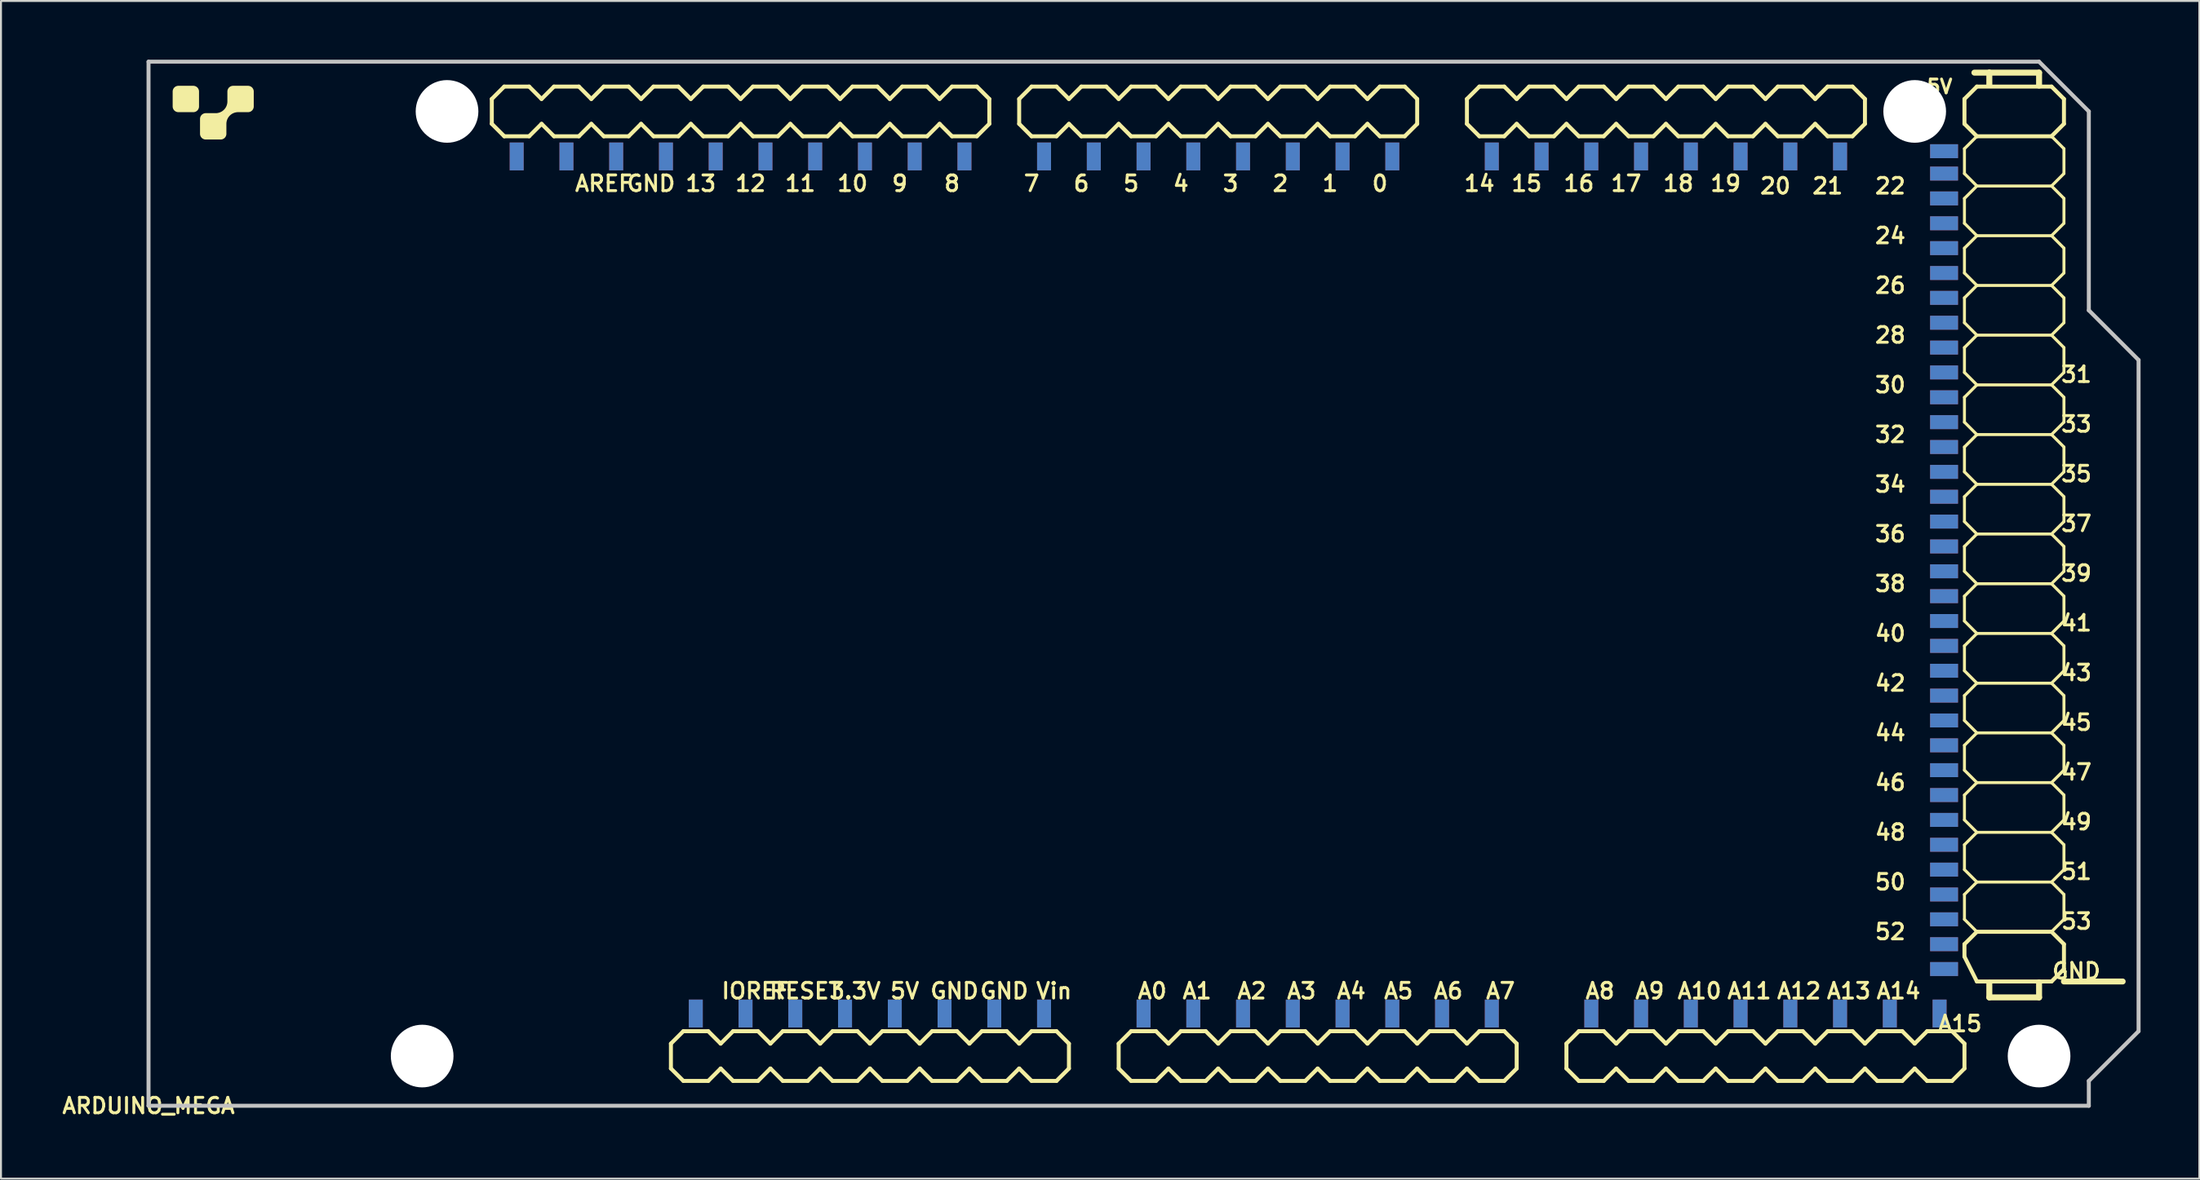
<source format=kicad_pcb>
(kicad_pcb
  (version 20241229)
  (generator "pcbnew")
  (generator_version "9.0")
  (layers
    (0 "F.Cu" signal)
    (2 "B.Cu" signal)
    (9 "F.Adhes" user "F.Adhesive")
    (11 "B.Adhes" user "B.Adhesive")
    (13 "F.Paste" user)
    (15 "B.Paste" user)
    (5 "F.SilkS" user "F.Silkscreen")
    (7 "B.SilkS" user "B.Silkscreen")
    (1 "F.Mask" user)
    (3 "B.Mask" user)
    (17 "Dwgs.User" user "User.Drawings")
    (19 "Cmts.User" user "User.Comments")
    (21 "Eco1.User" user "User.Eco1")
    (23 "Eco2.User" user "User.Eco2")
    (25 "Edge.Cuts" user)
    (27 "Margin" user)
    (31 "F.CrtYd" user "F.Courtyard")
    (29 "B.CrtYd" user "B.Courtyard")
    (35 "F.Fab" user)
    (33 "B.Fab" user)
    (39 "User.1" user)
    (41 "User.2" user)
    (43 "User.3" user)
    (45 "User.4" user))
  (footprint "ARDUINO_MEGA"
    (layer "F.Cu")
    (at 4.533 53.442)
    (property "Reference" "ARDUINO_MEGA" (at 0 0 0) (layer "F.SilkS") (effects (font (size 0.787 0.787) (thickness 0.15))))
    (attr smd)
    (fp_line (start 17.526 -51.435) (end 17.526 -50.165) (stroke (width 0.203) (type solid)) (layer "F.SilkS"))
    (fp_line (start 17.526 -50.165) (end 18.161 -49.53) (stroke (width 0.203) (type solid)) (layer "F.SilkS"))
    (fp_line (start 18.161 -52.07) (end 17.526 -51.435) (stroke (width 0.203) (type solid)) (layer "F.SilkS"))
    (fp_line (start 18.161 -52.07) (end 19.431 -52.07) (stroke (width 0.203) (type solid)) (layer "F.SilkS"))
    (fp_line (start 19.431 -52.07) (end 20.066 -51.435) (stroke (width 0.203) (type solid)) (layer "F.SilkS"))
    (fp_line (start 19.431 -49.53) (end 18.161 -49.53) (stroke (width 0.203) (type solid)) (layer "F.SilkS"))
    (fp_line (start 20.066 -50.165) (end 19.431 -49.53) (stroke (width 0.203) (type solid)) (layer "F.SilkS"))
    (fp_line (start 20.066 -50.165) (end 20.701 -49.53) (stroke (width 0.203) (type solid)) (layer "F.SilkS"))
    (fp_line (start 20.701 -52.07) (end 20.066 -51.435) (stroke (width 0.203) (type solid)) (layer "F.SilkS"))
    (fp_line (start 20.701 -52.07) (end 21.971 -52.07) (stroke (width 0.203) (type solid)) (layer "F.SilkS"))
    (fp_line (start 21.971 -52.07) (end 22.606 -51.435) (stroke (width 0.203) (type solid)) (layer "F.SilkS"))
    (fp_line (start 21.971 -49.53) (end 20.701 -49.53) (stroke (width 0.203) (type solid)) (layer "F.SilkS"))
    (fp_line (start 22.606 -50.165) (end 21.971 -49.53) (stroke (width 0.203) (type solid)) (layer "F.SilkS"))
    (fp_line (start 22.606 -50.165) (end 23.241 -49.53) (stroke (width 0.203) (type solid)) (layer "F.SilkS"))
    (fp_line (start 23.241 -52.07) (end 22.606 -51.435) (stroke (width 0.203) (type solid)) (layer "F.SilkS"))
    (fp_line (start 23.241 -52.07) (end 24.511 -52.07) (stroke (width 0.203) (type solid)) (layer "F.SilkS"))
    (fp_line (start 24.511 -52.07) (end 25.146 -51.435) (stroke (width 0.203) (type solid)) (layer "F.SilkS"))
    (fp_line (start 24.511 -49.53) (end 23.241 -49.53) (stroke (width 0.203) (type solid)) (layer "F.SilkS"))
    (fp_line (start 25.146 -51.435) (end 25.781 -52.07) (stroke (width 0.203) (type solid)) (layer "F.SilkS"))
    (fp_line (start 25.146 -50.165) (end 24.511 -49.53) (stroke (width 0.203) (type solid)) (layer "F.SilkS"))
    (fp_line (start 25.781 -52.07) (end 27.051 -52.07) (stroke (width 0.203) (type solid)) (layer "F.SilkS"))
    (fp_line (start 25.781 -49.53) (end 25.146 -50.165) (stroke (width 0.203) (type solid)) (layer "F.SilkS"))
    (fp_line (start 26.67 -3.175) (end 26.67 -1.905) (stroke (width 0.203) (type solid)) (layer "F.SilkS"))
    (fp_line (start 26.67 -1.905) (end 27.305 -1.27) (stroke (width 0.203) (type solid)) (layer "F.SilkS"))
    (fp_line (start 27.051 -52.07) (end 27.686 -51.435) (stroke (width 0.203) (type solid)) (layer "F.SilkS"))
    (fp_line (start 27.051 -49.53) (end 25.781 -49.53) (stroke (width 0.203) (type solid)) (layer "F.SilkS"))
    (fp_line (start 27.305 -3.81) (end 26.67 -3.175) (stroke (width 0.203) (type solid)) (layer "F.SilkS"))
    (fp_line (start 27.305 -3.81) (end 28.575 -3.81) (stroke (width 0.203) (type solid)) (layer "F.SilkS"))
    (fp_line (start 27.686 -51.435) (end 28.321 -52.07) (stroke (width 0.203) (type solid)) (layer "F.SilkS"))
    (fp_line (start 27.686 -50.165) (end 27.051 -49.53) (stroke (width 0.203) (type solid)) (layer "F.SilkS"))
    (fp_line (start 28.321 -52.07) (end 29.591 -52.07) (stroke (width 0.203) (type solid)) (layer "F.SilkS"))
    (fp_line (start 28.321 -49.53) (end 27.686 -50.165) (stroke (width 0.203) (type solid)) (layer "F.SilkS"))
    (fp_line (start 28.575 -3.81) (end 29.21 -3.175) (stroke (width 0.203) (type solid)) (layer "F.SilkS"))
    (fp_line (start 28.575 -1.27) (end 27.305 -1.27) (stroke (width 0.203) (type solid)) (layer "F.SilkS"))
    (fp_line (start 29.21 -1.905) (end 28.575 -1.27) (stroke (width 0.203) (type solid)) (layer "F.SilkS"))
    (fp_line (start 29.21 -1.905) (end 29.845 -1.27) (stroke (width 0.203) (type solid)) (layer "F.SilkS"))
    (fp_line (start 29.591 -52.07) (end 30.226 -51.435) (stroke (width 0.203) (type solid)) (layer "F.SilkS"))
    (fp_line (start 29.591 -49.53) (end 28.321 -49.53) (stroke (width 0.203) (type solid)) (layer "F.SilkS"))
    (fp_line (start 29.845 -3.81) (end 29.21 -3.175) (stroke (width 0.203) (type solid)) (layer "F.SilkS"))
    (fp_line (start 29.845 -3.81) (end 31.115 -3.81) (stroke (width 0.203) (type solid)) (layer "F.SilkS"))
    (fp_line (start 30.226 -50.165) (end 29.591 -49.53) (stroke (width 0.203) (type solid)) (layer "F.SilkS"))
    (fp_line (start 30.226 -50.165) (end 30.861 -49.53) (stroke (width 0.203) (type solid)) (layer "F.SilkS"))
    (fp_line (start 30.861 -52.07) (end 30.226 -51.435) (stroke (width 0.203) (type solid)) (layer "F.SilkS"))
    (fp_line (start 30.861 -52.07) (end 32.131 -52.07) (stroke (width 0.203) (type solid)) (layer "F.SilkS"))
    (fp_line (start 31.115 -3.81) (end 31.75 -3.175) (stroke (width 0.203) (type solid)) (layer "F.SilkS"))
    (fp_line (start 31.115 -1.27) (end 29.845 -1.27) (stroke (width 0.203) (type solid)) (layer "F.SilkS"))
    (fp_line (start 31.75 -1.905) (end 31.115 -1.27) (stroke (width 0.203) (type solid)) (layer "F.SilkS"))
    (fp_line (start 31.75 -1.905) (end 32.385 -1.27) (stroke (width 0.203) (type solid)) (layer "F.SilkS"))
    (fp_line (start 32.131 -52.07) (end 32.766 -51.435) (stroke (width 0.203) (type solid)) (layer "F.SilkS"))
    (fp_line (start 32.131 -49.53) (end 30.861 -49.53) (stroke (width 0.203) (type solid)) (layer "F.SilkS"))
    (fp_line (start 32.385 -3.81) (end 31.75 -3.175) (stroke (width 0.203) (type solid)) (layer "F.SilkS"))
    (fp_line (start 32.385 -3.81) (end 33.655 -3.81) (stroke (width 0.203) (type solid)) (layer "F.SilkS"))
    (fp_line (start 32.766 -51.435) (end 33.401 -52.07) (stroke (width 0.203) (type solid)) (layer "F.SilkS"))
    (fp_line (start 32.766 -50.165) (end 32.131 -49.53) (stroke (width 0.203) (type solid)) (layer "F.SilkS"))
    (fp_line (start 33.401 -52.07) (end 34.671 -52.07) (stroke (width 0.203) (type solid)) (layer "F.SilkS"))
    (fp_line (start 33.401 -49.53) (end 32.766 -50.165) (stroke (width 0.203) (type solid)) (layer "F.SilkS"))
    (fp_line (start 33.655 -3.81) (end 34.29 -3.175) (stroke (width 0.203) (type solid)) (layer "F.SilkS"))
    (fp_line (start 33.655 -1.27) (end 32.385 -1.27) (stroke (width 0.203) (type solid)) (layer "F.SilkS"))
    (fp_line (start 34.29 -3.175) (end 34.925 -3.81) (stroke (width 0.203) (type solid)) (layer "F.SilkS"))
    (fp_line (start 34.29 -1.905) (end 33.655 -1.27) (stroke (width 0.203) (type solid)) (layer "F.SilkS"))
    (fp_line (start 34.671 -52.07) (end 35.306 -51.435) (stroke (width 0.203) (type solid)) (layer "F.SilkS"))
    (fp_line (start 34.671 -49.53) (end 33.401 -49.53) (stroke (width 0.203) (type solid)) (layer "F.SilkS"))
    (fp_line (start 34.925 -3.81) (end 36.195 -3.81) (stroke (width 0.203) (type solid)) (layer "F.SilkS"))
    (fp_line (start 34.925 -1.27) (end 34.29 -1.905) (stroke (width 0.203) (type solid)) (layer "F.SilkS"))
    (fp_line (start 35.306 -51.435) (end 35.941 -52.07) (stroke (width 0.203) (type solid)) (layer "F.SilkS"))
    (fp_line (start 35.306 -50.165) (end 34.671 -49.53) (stroke (width 0.203) (type solid)) (layer "F.SilkS"))
    (fp_line (start 35.941 -52.07) (end 37.211 -52.07) (stroke (width 0.203) (type solid)) (layer "F.SilkS"))
    (fp_line (start 35.941 -49.53) (end 35.306 -50.165) (stroke (width 0.203) (type solid)) (layer "F.SilkS"))
    (fp_line (start 36.195 -3.81) (end 36.83 -3.175) (stroke (width 0.203) (type solid)) (layer "F.SilkS"))
    (fp_line (start 36.195 -1.27) (end 34.925 -1.27) (stroke (width 0.203) (type solid)) (layer "F.SilkS"))
    (fp_line (start 36.83 -3.175) (end 37.465 -3.81) (stroke (width 0.203) (type solid)) (layer "F.SilkS"))
    (fp_line (start 36.83 -1.905) (end 36.195 -1.27) (stroke (width 0.203) (type solid)) (layer "F.SilkS"))
    (fp_line (start 37.211 -52.07) (end 37.846 -51.435) (stroke (width 0.203) (type solid)) (layer "F.SilkS"))
    (fp_line (start 37.211 -49.53) (end 35.941 -49.53) (stroke (width 0.203) (type solid)) (layer "F.SilkS"))
    (fp_line (start 37.465 -3.81) (end 38.735 -3.81) (stroke (width 0.203) (type solid)) (layer "F.SilkS"))
    (fp_line (start 37.465 -1.27) (end 36.83 -1.905) (stroke (width 0.203) (type solid)) (layer "F.SilkS"))
    (fp_line (start 37.846 -50.165) (end 37.211 -49.53) (stroke (width 0.203) (type solid)) (layer "F.SilkS"))
    (fp_line (start 37.846 -50.165) (end 38.481 -49.53) (stroke (width 0.203) (type solid)) (layer "F.SilkS"))
    (fp_line (start 38.481 -52.07) (end 37.846 -51.435) (stroke (width 0.203) (type solid)) (layer "F.SilkS"))
    (fp_line (start 38.481 -52.07) (end 39.751 -52.07) (stroke (width 0.203) (type solid)) (layer "F.SilkS"))
    (fp_line (start 38.735 -3.81) (end 39.37 -3.175) (stroke (width 0.203) (type solid)) (layer "F.SilkS"))
    (fp_line (start 38.735 -1.27) (end 37.465 -1.27) (stroke (width 0.203) (type solid)) (layer "F.SilkS"))
    (fp_line (start 39.37 -1.905) (end 38.735 -1.27) (stroke (width 0.203) (type solid)) (layer "F.SilkS"))
    (fp_line (start 39.37 -1.905) (end 40.005 -1.27) (stroke (width 0.203) (type solid)) (layer "F.SilkS"))
    (fp_line (start 39.751 -52.07) (end 40.386 -51.435) (stroke (width 0.203) (type solid)) (layer "F.SilkS"))
    (fp_line (start 39.751 -49.53) (end 38.481 -49.53) (stroke (width 0.203) (type solid)) (layer "F.SilkS"))
    (fp_line (start 40.005 -3.81) (end 39.37 -3.175) (stroke (width 0.203) (type solid)) (layer "F.SilkS"))
    (fp_line (start 40.005 -3.81) (end 41.275 -3.81) (stroke (width 0.203) (type solid)) (layer "F.SilkS"))
    (fp_line (start 40.386 -50.165) (end 39.751 -49.53) (stroke (width 0.203) (type solid)) (layer "F.SilkS"))
    (fp_line (start 40.386 -50.165) (end 41.021 -49.53) (stroke (width 0.203) (type solid)) (layer "F.SilkS"))
    (fp_line (start 41.021 -52.07) (end 40.386 -51.435) (stroke (width 0.203) (type solid)) (layer "F.SilkS"))
    (fp_line (start 41.021 -52.07) (end 42.291 -52.07) (stroke (width 0.203) (type solid)) (layer "F.SilkS"))
    (fp_line (start 41.275 -3.81) (end 41.91 -3.175) (stroke (width 0.203) (type solid)) (layer "F.SilkS"))
    (fp_line (start 41.275 -1.27) (end 40.005 -1.27) (stroke (width 0.203) (type solid)) (layer "F.SilkS"))
    (fp_line (start 41.91 -3.175) (end 42.545 -3.81) (stroke (width 0.203) (type solid)) (layer "F.SilkS"))
    (fp_line (start 41.91 -1.905) (end 41.275 -1.27) (stroke (width 0.203) (type solid)) (layer "F.SilkS"))
    (fp_line (start 42.291 -52.07) (end 42.926 -51.435) (stroke (width 0.203) (type solid)) (layer "F.SilkS"))
    (fp_line (start 42.291 -49.53) (end 41.021 -49.53) (stroke (width 0.203) (type solid)) (layer "F.SilkS"))
    (fp_line (start 42.545 -3.81) (end 43.815 -3.81) (stroke (width 0.203) (type solid)) (layer "F.SilkS"))
    (fp_line (start 42.545 -1.27) (end 41.91 -1.905) (stroke (width 0.203) (type solid)) (layer "F.SilkS"))
    (fp_line (start 42.926 -51.435) (end 42.926 -50.165) (stroke (width 0.203) (type solid)) (layer "F.SilkS"))
    (fp_line (start 42.926 -50.165) (end 42.291 -49.53) (stroke (width 0.203) (type solid)) (layer "F.SilkS"))
    (fp_line (start 43.815 -3.81) (end 44.45 -3.175) (stroke (width 0.203) (type solid)) (layer "F.SilkS"))
    (fp_line (start 43.815 -1.27) (end 42.545 -1.27) (stroke (width 0.203) (type solid)) (layer "F.SilkS"))
    (fp_line (start 44.45 -51.435) (end 44.45 -50.165) (stroke (width 0.203) (type solid)) (layer "F.SilkS"))
    (fp_line (start 44.45 -50.165) (end 45.085 -49.53) (stroke (width 0.203) (type solid)) (layer "F.SilkS"))
    (fp_line (start 44.45 -3.175) (end 45.085 -3.81) (stroke (width 0.203) (type solid)) (layer "F.SilkS"))
    (fp_line (start 44.45 -1.905) (end 43.815 -1.27) (stroke (width 0.203) (type solid)) (layer "F.SilkS"))
    (fp_line (start 45.085 -52.07) (end 44.45 -51.435) (stroke (width 0.203) (type solid)) (layer "F.SilkS"))
    (fp_line (start 45.085 -52.07) (end 46.355 -52.07) (stroke (width 0.203) (type solid)) (layer "F.SilkS"))
    (fp_line (start 45.085 -3.81) (end 46.355 -3.81) (stroke (width 0.203) (type solid)) (layer "F.SilkS"))
    (fp_line (start 45.085 -1.27) (end 44.45 -1.905) (stroke (width 0.203) (type solid)) (layer "F.SilkS"))
    (fp_line (start 46.355 -52.07) (end 46.99 -51.435) (stroke (width 0.203) (type solid)) (layer "F.SilkS"))
    (fp_line (start 46.355 -49.53) (end 45.085 -49.53) (stroke (width 0.203) (type solid)) (layer "F.SilkS"))
    (fp_line (start 46.355 -3.81) (end 46.99 -3.175) (stroke (width 0.203) (type solid)) (layer "F.SilkS"))
    (fp_line (start 46.355 -1.27) (end 45.085 -1.27) (stroke (width 0.203) (type solid)) (layer "F.SilkS"))
    (fp_line (start 46.99 -51.435) (end 47.625 -52.07) (stroke (width 0.203) (type solid)) (layer "F.SilkS"))
    (fp_line (start 46.99 -50.165) (end 46.355 -49.53) (stroke (width 0.203) (type solid)) (layer "F.SilkS"))
    (fp_line (start 46.99 -3.175) (end 46.99 -1.905) (stroke (width 0.203) (type solid)) (layer "F.SilkS"))
    (fp_line (start 46.99 -1.905) (end 46.355 -1.27) (stroke (width 0.203) (type solid)) (layer "F.SilkS"))
    (fp_line (start 47.625 -52.07) (end 48.895 -52.07) (stroke (width 0.203) (type solid)) (layer "F.SilkS"))
    (fp_line (start 47.625 -49.53) (end 46.99 -50.165) (stroke (width 0.203) (type solid)) (layer "F.SilkS"))
    (fp_line (start 48.895 -52.07) (end 49.53 -51.435) (stroke (width 0.203) (type solid)) (layer "F.SilkS"))
    (fp_line (start 48.895 -49.53) (end 47.625 -49.53) (stroke (width 0.203) (type solid)) (layer "F.SilkS"))
    (fp_line (start 49.53 -51.435) (end 50.165 -52.07) (stroke (width 0.203) (type solid)) (layer "F.SilkS"))
    (fp_line (start 49.53 -50.165) (end 48.895 -49.53) (stroke (width 0.203) (type solid)) (layer "F.SilkS"))
    (fp_line (start 49.53 -3.175) (end 49.53 -1.905) (stroke (width 0.203) (type solid)) (layer "F.SilkS"))
    (fp_line (start 49.53 -1.905) (end 50.165 -1.27) (stroke (width 0.203) (type solid)) (layer "F.SilkS"))
    (fp_line (start 50.165 -52.07) (end 51.435 -52.07) (stroke (width 0.203) (type solid)) (layer "F.SilkS"))
    (fp_line (start 50.165 -49.53) (end 49.53 -50.165) (stroke (width 0.203) (type solid)) (layer "F.SilkS"))
    (fp_line (start 50.165 -3.81) (end 49.53 -3.175) (stroke (width 0.203) (type solid)) (layer "F.SilkS"))
    (fp_line (start 50.165 -3.81) (end 51.435 -3.81) (stroke (width 0.203) (type solid)) (layer "F.SilkS"))
    (fp_line (start 51.435 -52.07) (end 52.07 -51.435) (stroke (width 0.203) (type solid)) (layer "F.SilkS"))
    (fp_line (start 51.435 -49.53) (end 50.165 -49.53) (stroke (width 0.203) (type solid)) (layer "F.SilkS"))
    (fp_line (start 51.435 -3.81) (end 52.07 -3.175) (stroke (width 0.203) (type solid)) (layer "F.SilkS"))
    (fp_line (start 51.435 -1.27) (end 50.165 -1.27) (stroke (width 0.203) (type solid)) (layer "F.SilkS"))
    (fp_line (start 52.07 -50.165) (end 51.435 -49.53) (stroke (width 0.203) (type solid)) (layer "F.SilkS"))
    (fp_line (start 52.07 -50.165) (end 52.705 -49.53) (stroke (width 0.203) (type solid)) (layer "F.SilkS"))
    (fp_line (start 52.07 -3.175) (end 52.705 -3.81) (stroke (width 0.203) (type solid)) (layer "F.SilkS"))
    (fp_line (start 52.07 -1.905) (end 51.435 -1.27) (stroke (width 0.203) (type solid)) (layer "F.SilkS"))
    (fp_line (start 52.705 -52.07) (end 52.07 -51.435) (stroke (width 0.203) (type solid)) (layer "F.SilkS"))
    (fp_line (start 52.705 -52.07) (end 53.975 -52.07) (stroke (width 0.203) (type solid)) (layer "F.SilkS"))
    (fp_line (start 52.705 -3.81) (end 53.975 -3.81) (stroke (width 0.203) (type solid)) (layer "F.SilkS"))
    (fp_line (start 52.705 -1.27) (end 52.07 -1.905) (stroke (width 0.203) (type solid)) (layer "F.SilkS"))
    (fp_line (start 53.975 -52.07) (end 54.61 -51.435) (stroke (width 0.203) (type solid)) (layer "F.SilkS"))
    (fp_line (start 53.975 -49.53) (end 52.705 -49.53) (stroke (width 0.203) (type solid)) (layer "F.SilkS"))
    (fp_line (start 53.975 -3.81) (end 54.61 -3.175) (stroke (width 0.203) (type solid)) (layer "F.SilkS"))
    (fp_line (start 53.975 -1.27) (end 52.705 -1.27) (stroke (width 0.203) (type solid)) (layer "F.SilkS"))
    (fp_line (start 54.61 -51.435) (end 55.245 -52.07) (stroke (width 0.203) (type solid)) (layer "F.SilkS"))
    (fp_line (start 54.61 -50.165) (end 53.975 -49.53) (stroke (width 0.203) (type solid)) (layer "F.SilkS"))
    (fp_line (start 54.61 -3.175) (end 55.245 -3.81) (stroke (width 0.203) (type solid)) (layer "F.SilkS"))
    (fp_line (start 54.61 -1.905) (end 53.975 -1.27) (stroke (width 0.203) (type solid)) (layer "F.SilkS"))
    (fp_line (start 55.245 -52.07) (end 56.515 -52.07) (stroke (width 0.203) (type solid)) (layer "F.SilkS"))
    (fp_line (start 55.245 -49.53) (end 54.61 -50.165) (stroke (width 0.203) (type solid)) (layer "F.SilkS"))
    (fp_line (start 55.245 -3.81) (end 56.515 -3.81) (stroke (width 0.203) (type solid)) (layer "F.SilkS"))
    (fp_line (start 55.245 -1.27) (end 54.61 -1.905) (stroke (width 0.203) (type solid)) (layer "F.SilkS"))
    (fp_line (start 56.515 -52.07) (end 57.15 -51.435) (stroke (width 0.203) (type solid)) (layer "F.SilkS"))
    (fp_line (start 56.515 -49.53) (end 55.245 -49.53) (stroke (width 0.203) (type solid)) (layer "F.SilkS"))
    (fp_line (start 56.515 -3.81) (end 57.15 -3.175) (stroke (width 0.203) (type solid)) (layer "F.SilkS"))
    (fp_line (start 56.515 -1.27) (end 55.245 -1.27) (stroke (width 0.203) (type solid)) (layer "F.SilkS"))
    (fp_line (start 57.15 -51.435) (end 57.785 -52.07) (stroke (width 0.203) (type solid)) (layer "F.SilkS"))
    (fp_line (start 57.15 -50.165) (end 56.515 -49.53) (stroke (width 0.203) (type solid)) (layer "F.SilkS"))
    (fp_line (start 57.15 -1.905) (end 56.515 -1.27) (stroke (width 0.203) (type solid)) (layer "F.SilkS"))
    (fp_line (start 57.15 -1.905) (end 57.785 -1.27) (stroke (width 0.203) (type solid)) (layer "F.SilkS"))
    (fp_line (start 57.785 -52.07) (end 59.055 -52.07) (stroke (width 0.203) (type solid)) (layer "F.SilkS"))
    (fp_line (start 57.785 -49.53) (end 57.15 -50.165) (stroke (width 0.203) (type solid)) (layer "F.SilkS"))
    (fp_line (start 57.785 -3.81) (end 57.15 -3.175) (stroke (width 0.203) (type solid)) (layer "F.SilkS"))
    (fp_line (start 57.785 -3.81) (end 59.055 -3.81) (stroke (width 0.203) (type solid)) (layer "F.SilkS"))
    (fp_line (start 59.055 -52.07) (end 59.69 -51.435) (stroke (width 0.203) (type solid)) (layer "F.SilkS"))
    (fp_line (start 59.055 -49.53) (end 57.785 -49.53) (stroke (width 0.203) (type solid)) (layer "F.SilkS"))
    (fp_line (start 59.055 -3.81) (end 59.69 -3.175) (stroke (width 0.203) (type solid)) (layer "F.SilkS"))
    (fp_line (start 59.055 -1.27) (end 57.785 -1.27) (stroke (width 0.203) (type solid)) (layer "F.SilkS"))
    (fp_line (start 59.69 -50.165) (end 59.055 -49.53) (stroke (width 0.203) (type solid)) (layer "F.SilkS"))
    (fp_line (start 59.69 -50.165) (end 60.325 -49.53) (stroke (width 0.203) (type solid)) (layer "F.SilkS"))
    (fp_line (start 59.69 -3.175) (end 60.325 -3.81) (stroke (width 0.203) (type solid)) (layer "F.SilkS"))
    (fp_line (start 59.69 -1.905) (end 59.055 -1.27) (stroke (width 0.203) (type solid)) (layer "F.SilkS"))
    (fp_line (start 60.325 -52.07) (end 59.69 -51.435) (stroke (width 0.203) (type solid)) (layer "F.SilkS"))
    (fp_line (start 60.325 -52.07) (end 61.595 -52.07) (stroke (width 0.203) (type solid)) (layer "F.SilkS"))
    (fp_line (start 60.325 -3.81) (end 61.595 -3.81) (stroke (width 0.203) (type solid)) (layer "F.SilkS"))
    (fp_line (start 60.325 -1.27) (end 59.69 -1.905) (stroke (width 0.203) (type solid)) (layer "F.SilkS"))
    (fp_line (start 61.595 -52.07) (end 62.23 -51.435) (stroke (width 0.203) (type solid)) (layer "F.SilkS"))
    (fp_line (start 61.595 -49.53) (end 60.325 -49.53) (stroke (width 0.203) (type solid)) (layer "F.SilkS"))
    (fp_line (start 61.595 -3.81) (end 62.23 -3.175) (stroke (width 0.203) (type solid)) (layer "F.SilkS"))
    (fp_line (start 61.595 -1.27) (end 60.325 -1.27) (stroke (width 0.203) (type solid)) (layer "F.SilkS"))
    (fp_line (start 62.23 -50.165) (end 61.595 -49.53) (stroke (width 0.203) (type solid)) (layer "F.SilkS"))
    (fp_line (start 62.23 -50.165) (end 62.865 -49.53) (stroke (width 0.203) (type solid)) (layer "F.SilkS"))
    (fp_line (start 62.23 -3.175) (end 62.865 -3.81) (stroke (width 0.203) (type solid)) (layer "F.SilkS"))
    (fp_line (start 62.23 -1.905) (end 61.595 -1.27) (stroke (width 0.203) (type solid)) (layer "F.SilkS"))
    (fp_line (start 62.865 -52.07) (end 62.23 -51.435) (stroke (width 0.203) (type solid)) (layer "F.SilkS"))
    (fp_line (start 62.865 -52.07) (end 64.135 -52.07) (stroke (width 0.203) (type solid)) (layer "F.SilkS"))
    (fp_line (start 62.865 -3.81) (end 64.135 -3.81) (stroke (width 0.203) (type solid)) (layer "F.SilkS"))
    (fp_line (start 62.865 -1.27) (end 62.23 -1.905) (stroke (width 0.203) (type solid)) (layer "F.SilkS"))
    (fp_line (start 64.135 -52.07) (end 64.77 -51.435) (stroke (width 0.203) (type solid)) (layer "F.SilkS"))
    (fp_line (start 64.135 -49.53) (end 62.865 -49.53) (stroke (width 0.203) (type solid)) (layer "F.SilkS"))
    (fp_line (start 64.135 -3.81) (end 64.77 -3.175) (stroke (width 0.203) (type solid)) (layer "F.SilkS"))
    (fp_line (start 64.135 -1.27) (end 62.865 -1.27) (stroke (width 0.203) (type solid)) (layer "F.SilkS"))
    (fp_line (start 64.77 -51.435) (end 64.77 -50.165) (stroke (width 0.203) (type solid)) (layer "F.SilkS"))
    (fp_line (start 64.77 -50.165) (end 64.135 -49.53) (stroke (width 0.203) (type solid)) (layer "F.SilkS"))
    (fp_line (start 64.77 -1.905) (end 64.135 -1.27) (stroke (width 0.203) (type solid)) (layer "F.SilkS"))
    (fp_line (start 64.77 -1.905) (end 65.405 -1.27) (stroke (width 0.203) (type solid)) (layer "F.SilkS"))
    (fp_line (start 65.405 -3.81) (end 64.77 -3.175) (stroke (width 0.203) (type solid)) (layer "F.SilkS"))
    (fp_line (start 65.405 -3.81) (end 66.675 -3.81) (stroke (width 0.203) (type solid)) (layer "F.SilkS"))
    (fp_line (start 66.675 -3.81) (end 67.31 -3.175) (stroke (width 0.203) (type solid)) (layer "F.SilkS"))
    (fp_line (start 66.675 -1.27) (end 65.405 -1.27) (stroke (width 0.203) (type solid)) (layer "F.SilkS"))
    (fp_line (start 67.31 -51.435) (end 67.31 -50.165) (stroke (width 0.203) (type solid)) (layer "F.SilkS"))
    (fp_line (start 67.31 -50.165) (end 67.945 -49.53) (stroke (width 0.203) (type solid)) (layer "F.SilkS"))
    (fp_line (start 67.31 -1.905) (end 66.675 -1.27) (stroke (width 0.203) (type solid)) (layer "F.SilkS"))
    (fp_line (start 67.31 -1.905) (end 67.945 -1.27) (stroke (width 0.203) (type solid)) (layer "F.SilkS"))
    (fp_line (start 67.945 -52.07) (end 67.31 -51.435) (stroke (width 0.203) (type solid)) (layer "F.SilkS"))
    (fp_line (start 67.945 -52.07) (end 69.215 -52.07) (stroke (width 0.203) (type solid)) (layer "F.SilkS"))
    (fp_line (start 67.945 -3.81) (end 67.31 -3.175) (stroke (width 0.203) (type solid)) (layer "F.SilkS"))
    (fp_line (start 67.945 -3.81) (end 69.215 -3.81) (stroke (width 0.203) (type solid)) (layer "F.SilkS"))
    (fp_line (start 69.215 -52.07) (end 69.85 -51.435) (stroke (width 0.203) (type solid)) (layer "F.SilkS"))
    (fp_line (start 69.215 -49.53) (end 67.945 -49.53) (stroke (width 0.203) (type solid)) (layer "F.SilkS"))
    (fp_line (start 69.215 -3.81) (end 69.85 -3.175) (stroke (width 0.203) (type solid)) (layer "F.SilkS"))
    (fp_line (start 69.215 -1.27) (end 67.945 -1.27) (stroke (width 0.203) (type solid)) (layer "F.SilkS"))
    (fp_line (start 69.85 -51.435) (end 70.485 -52.07) (stroke (width 0.203) (type solid)) (layer "F.SilkS"))
    (fp_line (start 69.85 -50.165) (end 69.215 -49.53) (stroke (width 0.203) (type solid)) (layer "F.SilkS"))
    (fp_line (start 69.85 -3.175) (end 69.85 -1.905) (stroke (width 0.203) (type solid)) (layer "F.SilkS"))
    (fp_line (start 69.85 -1.905) (end 69.215 -1.27) (stroke (width 0.203) (type solid)) (layer "F.SilkS"))
    (fp_line (start 70.485 -52.07) (end 71.755 -52.07) (stroke (width 0.203) (type solid)) (layer "F.SilkS"))
    (fp_line (start 70.485 -49.53) (end 69.85 -50.165) (stroke (width 0.203) (type solid)) (layer "F.SilkS"))
    (fp_line (start 71.755 -52.07) (end 72.39 -51.435) (stroke (width 0.203) (type solid)) (layer "F.SilkS"))
    (fp_line (start 71.755 -49.53) (end 70.485 -49.53) (stroke (width 0.203) (type solid)) (layer "F.SilkS"))
    (fp_line (start 72.39 -51.435) (end 73.025 -52.07) (stroke (width 0.203) (type solid)) (layer "F.SilkS"))
    (fp_line (start 72.39 -50.165) (end 71.755 -49.53) (stroke (width 0.203) (type solid)) (layer "F.SilkS"))
    (fp_line (start 72.39 -3.175) (end 72.39 -1.905) (stroke (width 0.203) (type solid)) (layer "F.SilkS"))
    (fp_line (start 72.39 -1.905) (end 73.025 -1.27) (stroke (width 0.203) (type solid)) (layer "F.SilkS"))
    (fp_line (start 73.025 -52.07) (end 74.295 -52.07) (stroke (width 0.203) (type solid)) (layer "F.SilkS"))
    (fp_line (start 73.025 -49.53) (end 72.39 -50.165) (stroke (width 0.203) (type solid)) (layer "F.SilkS"))
    (fp_line (start 73.025 -3.81) (end 72.39 -3.175) (stroke (width 0.203) (type solid)) (layer "F.SilkS"))
    (fp_line (start 73.025 -3.81) (end 74.295 -3.81) (stroke (width 0.203) (type solid)) (layer "F.SilkS"))
    (fp_line (start 74.295 -52.07) (end 74.93 -51.435) (stroke (width 0.203) (type solid)) (layer "F.SilkS"))
    (fp_line (start 74.295 -49.53) (end 73.025 -49.53) (stroke (width 0.203) (type solid)) (layer "F.SilkS"))
    (fp_line (start 74.295 -3.81) (end 74.93 -3.175) (stroke (width 0.203) (type solid)) (layer "F.SilkS"))
    (fp_line (start 74.295 -1.27) (end 73.025 -1.27) (stroke (width 0.203) (type solid)) (layer "F.SilkS"))
    (fp_line (start 74.93 -50.165) (end 74.295 -49.53) (stroke (width 0.203) (type solid)) (layer "F.SilkS"))
    (fp_line (start 74.93 -50.165) (end 75.565 -49.53) (stroke (width 0.203) (type solid)) (layer "F.SilkS"))
    (fp_line (start 74.93 -3.175) (end 75.565 -3.81) (stroke (width 0.203) (type solid)) (layer "F.SilkS"))
    (fp_line (start 74.93 -1.905) (end 74.295 -1.27) (stroke (width 0.203) (type solid)) (layer "F.SilkS"))
    (fp_line (start 75.565 -52.07) (end 74.93 -51.435) (stroke (width 0.203) (type solid)) (layer "F.SilkS"))
    (fp_line (start 75.565 -52.07) (end 76.835 -52.07) (stroke (width 0.203) (type solid)) (layer "F.SilkS"))
    (fp_line (start 75.565 -3.81) (end 76.835 -3.81) (stroke (width 0.203) (type solid)) (layer "F.SilkS"))
    (fp_line (start 75.565 -1.27) (end 74.93 -1.905) (stroke (width 0.203) (type solid)) (layer "F.SilkS"))
    (fp_line (start 76.835 -52.07) (end 77.47 -51.435) (stroke (width 0.203) (type solid)) (layer "F.SilkS"))
    (fp_line (start 76.835 -49.53) (end 75.565 -49.53) (stroke (width 0.203) (type solid)) (layer "F.SilkS"))
    (fp_line (start 76.835 -3.81) (end 77.47 -3.175) (stroke (width 0.203) (type solid)) (layer "F.SilkS"))
    (fp_line (start 76.835 -1.27) (end 75.565 -1.27) (stroke (width 0.203) (type solid)) (layer "F.SilkS"))
    (fp_line (start 77.47 -51.435) (end 78.105 -52.07) (stroke (width 0.203) (type solid)) (layer "F.SilkS"))
    (fp_line (start 77.47 -50.165) (end 76.835 -49.53) (stroke (width 0.203) (type solid)) (layer "F.SilkS"))
    (fp_line (start 77.47 -3.175) (end 78.105 -3.81) (stroke (width 0.203) (type solid)) (layer "F.SilkS"))
    (fp_line (start 77.47 -1.905) (end 76.835 -1.27) (stroke (width 0.203) (type solid)) (layer "F.SilkS"))
    (fp_line (start 78.105 -52.07) (end 79.375 -52.07) (stroke (width 0.203) (type solid)) (layer "F.SilkS"))
    (fp_line (start 78.105 -49.53) (end 77.47 -50.165) (stroke (width 0.203) (type solid)) (layer "F.SilkS"))
    (fp_line (start 78.105 -3.81) (end 79.375 -3.81) (stroke (width 0.203) (type solid)) (layer "F.SilkS"))
    (fp_line (start 78.105 -1.27) (end 77.47 -1.905) (stroke (width 0.203) (type solid)) (layer "F.SilkS"))
    (fp_line (start 79.375 -52.07) (end 80.01 -51.435) (stroke (width 0.203) (type solid)) (layer "F.SilkS"))
    (fp_line (start 79.375 -49.53) (end 78.105 -49.53) (stroke (width 0.203) (type solid)) (layer "F.SilkS"))
    (fp_line (start 79.375 -3.81) (end 80.01 -3.175) (stroke (width 0.203) (type solid)) (layer "F.SilkS"))
    (fp_line (start 79.375 -1.27) (end 78.105 -1.27) (stroke (width 0.203) (type solid)) (layer "F.SilkS"))
    (fp_line (start 80.01 -51.435) (end 80.645 -52.07) (stroke (width 0.203) (type solid)) (layer "F.SilkS"))
    (fp_line (start 80.01 -50.165) (end 79.375 -49.53) (stroke (width 0.203) (type solid)) (layer "F.SilkS"))
    (fp_line (start 80.01 -1.905) (end 79.375 -1.27) (stroke (width 0.203) (type solid)) (layer "F.SilkS"))
    (fp_line (start 80.01 -1.905) (end 80.645 -1.27) (stroke (width 0.203) (type solid)) (layer "F.SilkS"))
    (fp_line (start 80.645 -52.07) (end 81.915 -52.07) (stroke (width 0.203) (type solid)) (layer "F.SilkS"))
    (fp_line (start 80.645 -49.53) (end 80.01 -50.165) (stroke (width 0.203) (type solid)) (layer "F.SilkS"))
    (fp_line (start 80.645 -3.81) (end 80.01 -3.175) (stroke (width 0.203) (type solid)) (layer "F.SilkS"))
    (fp_line (start 80.645 -3.81) (end 81.915 -3.81) (stroke (width 0.203) (type solid)) (layer "F.SilkS"))
    (fp_line (start 81.915 -52.07) (end 82.55 -51.435) (stroke (width 0.203) (type solid)) (layer "F.SilkS"))
    (fp_line (start 81.915 -49.53) (end 80.645 -49.53) (stroke (width 0.203) (type solid)) (layer "F.SilkS"))
    (fp_line (start 81.915 -3.81) (end 82.55 -3.175) (stroke (width 0.203) (type solid)) (layer "F.SilkS"))
    (fp_line (start 81.915 -1.27) (end 80.645 -1.27) (stroke (width 0.203) (type solid)) (layer "F.SilkS"))
    (fp_line (start 82.55 -50.165) (end 81.915 -49.53) (stroke (width 0.203) (type solid)) (layer "F.SilkS"))
    (fp_line (start 82.55 -50.165) (end 83.185 -49.53) (stroke (width 0.203) (type solid)) (layer "F.SilkS"))
    (fp_line (start 82.55 -3.175) (end 83.185 -3.81) (stroke (width 0.203) (type solid)) (layer "F.SilkS"))
    (fp_line (start 82.55 -1.905) (end 81.915 -1.27) (stroke (width 0.203) (type solid)) (layer "F.SilkS"))
    (fp_line (start 83.185 -52.07) (end 82.55 -51.435) (stroke (width 0.203) (type solid)) (layer "F.SilkS"))
    (fp_line (start 83.185 -52.07) (end 84.455 -52.07) (stroke (width 0.203) (type solid)) (layer "F.SilkS"))
    (fp_line (start 83.185 -3.81) (end 84.455 -3.81) (stroke (width 0.203) (type solid)) (layer "F.SilkS"))
    (fp_line (start 83.185 -1.27) (end 82.55 -1.905) (stroke (width 0.203) (type solid)) (layer "F.SilkS"))
    (fp_line (start 84.455 -52.07) (end 85.09 -51.435) (stroke (width 0.203) (type solid)) (layer "F.SilkS"))
    (fp_line (start 84.455 -49.53) (end 83.185 -49.53) (stroke (width 0.203) (type solid)) (layer "F.SilkS"))
    (fp_line (start 84.455 -3.81) (end 85.09 -3.175) (stroke (width 0.203) (type solid)) (layer "F.SilkS"))
    (fp_line (start 84.455 -1.27) (end 83.185 -1.27) (stroke (width 0.203) (type solid)) (layer "F.SilkS"))
    (fp_line (start 85.09 -50.165) (end 84.455 -49.53) (stroke (width 0.203) (type solid)) (layer "F.SilkS"))
    (fp_line (start 85.09 -50.165) (end 85.725 -49.53) (stroke (width 0.203) (type solid)) (layer "F.SilkS"))
    (fp_line (start 85.09 -3.175) (end 85.725 -3.81) (stroke (width 0.203) (type solid)) (layer "F.SilkS"))
    (fp_line (start 85.09 -1.905) (end 84.455 -1.27) (stroke (width 0.203) (type solid)) (layer "F.SilkS"))
    (fp_line (start 85.725 -52.07) (end 85.09 -51.435) (stroke (width 0.203) (type solid)) (layer "F.SilkS"))
    (fp_line (start 85.725 -52.07) (end 86.995 -52.07) (stroke (width 0.203) (type solid)) (layer "F.SilkS"))
    (fp_line (start 85.725 -3.81) (end 86.995 -3.81) (stroke (width 0.203) (type solid)) (layer "F.SilkS"))
    (fp_line (start 85.725 -1.27) (end 85.09 -1.905) (stroke (width 0.203) (type solid)) (layer "F.SilkS"))
    (fp_line (start 86.995 -52.07) (end 87.63 -51.435) (stroke (width 0.203) (type solid)) (layer "F.SilkS"))
    (fp_line (start 86.995 -49.53) (end 85.725 -49.53) (stroke (width 0.203) (type solid)) (layer "F.SilkS"))
    (fp_line (start 86.995 -3.81) (end 87.63 -3.175) (stroke (width 0.203) (type solid)) (layer "F.SilkS"))
    (fp_line (start 86.995 -1.27) (end 85.725 -1.27) (stroke (width 0.203) (type solid)) (layer "F.SilkS"))
    (fp_line (start 87.63 -51.435) (end 87.63 -50.165) (stroke (width 0.203) (type solid)) (layer "F.SilkS"))
    (fp_line (start 87.63 -50.165) (end 86.995 -49.53) (stroke (width 0.203) (type solid)) (layer "F.SilkS"))
    (fp_line (start 87.63 -1.905) (end 86.995 -1.27) (stroke (width 0.203) (type solid)) (layer "F.SilkS"))
    (fp_line (start 87.63 -1.905) (end 88.265 -1.27) (stroke (width 0.203) (type solid)) (layer "F.SilkS"))
    (fp_line (start 88.265 -3.81) (end 87.63 -3.175) (stroke (width 0.203) (type solid)) (layer "F.SilkS"))
    (fp_line (start 88.265 -3.81) (end 89.535 -3.81) (stroke (width 0.203) (type solid)) (layer "F.SilkS"))
    (fp_line (start 89.535 -3.81) (end 90.17 -3.175) (stroke (width 0.203) (type solid)) (layer "F.SilkS"))
    (fp_line (start 89.535 -1.27) (end 88.265 -1.27) (stroke (width 0.203) (type solid)) (layer "F.SilkS"))
    (fp_line (start 90.17 -1.905) (end 89.535 -1.27) (stroke (width 0.203) (type solid)) (layer "F.SilkS"))
    (fp_line (start 90.17 -1.905) (end 90.805 -1.27) (stroke (width 0.203) (type solid)) (layer "F.SilkS"))
    (fp_line (start 90.805 -3.81) (end 90.17 -3.175) (stroke (width 0.203) (type solid)) (layer "F.SilkS"))
    (fp_line (start 90.805 -3.81) (end 92.075 -3.81) (stroke (width 0.203) (type solid)) (layer "F.SilkS"))
    (fp_line (start 92.075 -3.81) (end 92.71 -3.175) (stroke (width 0.203) (type solid)) (layer "F.SilkS"))
    (fp_line (start 92.075 -1.27) (end 90.805 -1.27) (stroke (width 0.203) (type solid)) (layer "F.SilkS"))
    (fp_line (start 92.71 -51.435) (end 92.71 -50.165) (stroke (width 0.203) (type solid)) (layer "F.SilkS"))
    (fp_line (start 92.71 -50.165) (end 93.345 -49.53) (stroke (width 0.203) (type solid)) (layer "F.SilkS"))
    (fp_line (start 92.71 -48.895) (end 93.345 -49.53) (stroke (width 0.152) (type solid)) (layer "F.SilkS"))
    (fp_line (start 92.71 -47.625) (end 92.71 -48.895) (stroke (width 0.152) (type solid)) (layer "F.SilkS"))
    (fp_line (start 92.71 -46.355) (end 93.345 -46.99) (stroke (width 0.152) (type solid)) (layer "F.SilkS"))
    (fp_line (start 92.71 -45.085) (end 92.71 -46.355) (stroke (width 0.152) (type solid)) (layer "F.SilkS"))
    (fp_line (start 92.71 -43.815) (end 93.345 -44.45) (stroke (width 0.152) (type solid)) (layer "F.SilkS"))
    (fp_line (start 92.71 -42.545) (end 92.71 -43.815) (stroke (width 0.152) (type solid)) (layer "F.SilkS"))
    (fp_line (start 92.71 -41.275) (end 93.345 -41.91) (stroke (width 0.152) (type solid)) (layer "F.SilkS"))
    (fp_line (start 92.71 -40.005) (end 92.71 -41.275) (stroke (width 0.152) (type solid)) (layer "F.SilkS"))
    (fp_line (start 92.71 -38.735) (end 93.345 -39.37) (stroke (width 0.152) (type solid)) (layer "F.SilkS"))
    (fp_line (start 92.71 -37.465) (end 92.71 -38.735) (stroke (width 0.152) (type solid)) (layer "F.SilkS"))
    (fp_line (start 92.71 -36.195) (end 93.345 -36.83) (stroke (width 0.152) (type solid)) (layer "F.SilkS"))
    (fp_line (start 92.71 -34.925) (end 92.71 -36.195) (stroke (width 0.152) (type solid)) (layer "F.SilkS"))
    (fp_line (start 92.71 -33.655) (end 93.345 -34.29) (stroke (width 0.152) (type solid)) (layer "F.SilkS"))
    (fp_line (start 92.71 -32.385) (end 92.71 -33.655) (stroke (width 0.152) (type solid)) (layer "F.SilkS"))
    (fp_line (start 92.71 -31.115) (end 93.345 -31.75) (stroke (width 0.152) (type solid)) (layer "F.SilkS"))
    (fp_line (start 92.71 -29.845) (end 92.71 -31.115) (stroke (width 0.152) (type solid)) (layer "F.SilkS"))
    (fp_line (start 92.71 -28.575) (end 93.345 -29.21) (stroke (width 0.152) (type solid)) (layer "F.SilkS"))
    (fp_line (start 92.71 -27.305) (end 92.71 -28.575) (stroke (width 0.152) (type solid)) (layer "F.SilkS"))
    (fp_line (start 92.71 -26.035) (end 93.345 -26.67) (stroke (width 0.152) (type solid)) (layer "F.SilkS"))
    (fp_line (start 92.71 -24.765) (end 92.71 -26.035) (stroke (width 0.152) (type solid)) (layer "F.SilkS"))
    (fp_line (start 92.71 -23.495) (end 93.345 -24.13) (stroke (width 0.152) (type solid)) (layer "F.SilkS"))
    (fp_line (start 92.71 -22.225) (end 92.71 -23.495) (stroke (width 0.152) (type solid)) (layer "F.SilkS"))
    (fp_line (start 92.71 -20.955) (end 93.345 -21.59) (stroke (width 0.152) (type solid)) (layer "F.SilkS"))
    (fp_line (start 92.71 -19.685) (end 92.71 -20.955) (stroke (width 0.152) (type solid)) (layer "F.SilkS"))
    (fp_line (start 92.71 -18.415) (end 93.345 -19.05) (stroke (width 0.152) (type solid)) (layer "F.SilkS"))
    (fp_line (start 92.71 -17.145) (end 92.71 -18.415) (stroke (width 0.152) (type solid)) (layer "F.SilkS"))
    (fp_line (start 92.71 -15.875) (end 93.345 -16.51) (stroke (width 0.152) (type solid)) (layer "F.SilkS"))
    (fp_line (start 92.71 -14.605) (end 92.71 -15.875) (stroke (width 0.152) (type solid)) (layer "F.SilkS"))
    (fp_line (start 92.71 -13.335) (end 93.345 -13.97) (stroke (width 0.152) (type solid)) (layer "F.SilkS"))
    (fp_line (start 92.71 -12.065) (end 92.71 -13.335) (stroke (width 0.152) (type solid)) (layer "F.SilkS"))
    (fp_line (start 92.71 -10.795) (end 93.345 -11.43) (stroke (width 0.152) (type solid)) (layer "F.SilkS"))
    (fp_line (start 92.71 -9.525) (end 92.71 -10.795) (stroke (width 0.152) (type solid)) (layer "F.SilkS"))
    (fp_line (start 92.71 -8.255) (end 92.71 -7.62) (stroke (width 0.203) (type solid)) (layer "F.SilkS"))
    (fp_line (start 92.71 -7.62) (end 93.345 -6.35) (stroke (width 0.203) (type solid)) (layer "F.SilkS"))
    (fp_line (start 92.71 -3.175) (end 92.71 -1.905) (stroke (width 0.203) (type solid)) (layer "F.SilkS"))
    (fp_line (start 92.71 -1.905) (end 92.075 -1.27) (stroke (width 0.203) (type solid)) (layer "F.SilkS"))
    (fp_line (start 93.218 -52.781) (end 93.98 -52.781) (stroke (width 0.305) (type solid)) (layer "F.SilkS"))
    (fp_line (start 93.345 -52.07) (end 92.71 -51.435) (stroke (width 0.203) (type solid)) (layer "F.SilkS"))
    (fp_line (start 93.345 -52.07) (end 97.155 -52.07) (stroke (width 0.203) (type solid)) (layer "F.SilkS"))
    (fp_line (start 93.345 -46.99) (end 92.71 -47.625) (stroke (width 0.152) (type solid)) (layer "F.SilkS"))
    (fp_line (start 93.345 -46.99) (end 97.155 -46.99) (stroke (width 0.152) (type solid)) (layer "F.SilkS"))
    (fp_line (start 93.345 -44.45) (end 92.71 -45.085) (stroke (width 0.152) (type solid)) (layer "F.SilkS"))
    (fp_line (start 93.345 -44.45) (end 97.155 -44.45) (stroke (width 0.152) (type solid)) (layer "F.SilkS"))
    (fp_line (start 93.345 -41.91) (end 92.71 -42.545) (stroke (width 0.152) (type solid)) (layer "F.SilkS"))
    (fp_line (start 93.345 -41.91) (end 97.155 -41.91) (stroke (width 0.152) (type solid)) (layer "F.SilkS"))
    (fp_line (start 93.345 -39.37) (end 92.71 -40.005) (stroke (width 0.152) (type solid)) (layer "F.SilkS"))
    (fp_line (start 93.345 -39.37) (end 97.155 -39.37) (stroke (width 0.152) (type solid)) (layer "F.SilkS"))
    (fp_line (start 93.345 -36.83) (end 92.71 -37.465) (stroke (width 0.152) (type solid)) (layer "F.SilkS"))
    (fp_line (start 93.345 -36.83) (end 97.155 -36.83) (stroke (width 0.152) (type solid)) (layer "F.SilkS"))
    (fp_line (start 93.345 -34.29) (end 92.71 -34.925) (stroke (width 0.152) (type solid)) (layer "F.SilkS"))
    (fp_line (start 93.345 -34.29) (end 97.155 -34.29) (stroke (width 0.152) (type solid)) (layer "F.SilkS"))
    (fp_line (start 93.345 -31.75) (end 92.71 -32.385) (stroke (width 0.152) (type solid)) (layer "F.SilkS"))
    (fp_line (start 93.345 -31.75) (end 97.155 -31.75) (stroke (width 0.152) (type solid)) (layer "F.SilkS"))
    (fp_line (start 93.345 -29.21) (end 92.71 -29.845) (stroke (width 0.152) (type solid)) (layer "F.SilkS"))
    (fp_line (start 93.345 -29.21) (end 97.155 -29.21) (stroke (width 0.152) (type solid)) (layer "F.SilkS"))
    (fp_line (start 93.345 -26.67) (end 92.71 -27.305) (stroke (width 0.152) (type solid)) (layer "F.SilkS"))
    (fp_line (start 93.345 -26.67) (end 97.155 -26.67) (stroke (width 0.152) (type solid)) (layer "F.SilkS"))
    (fp_line (start 93.345 -24.13) (end 92.71 -24.765) (stroke (width 0.152) (type solid)) (layer "F.SilkS"))
    (fp_line (start 93.345 -24.13) (end 97.155 -24.13) (stroke (width 0.152) (type solid)) (layer "F.SilkS"))
    (fp_line (start 93.345 -21.59) (end 92.71 -22.225) (stroke (width 0.152) (type solid)) (layer "F.SilkS"))
    (fp_line (start 93.345 -21.59) (end 97.155 -21.59) (stroke (width 0.152) (type solid)) (layer "F.SilkS"))
    (fp_line (start 93.345 -19.05) (end 92.71 -19.685) (stroke (width 0.152) (type solid)) (layer "F.SilkS"))
    (fp_line (start 93.345 -19.05) (end 97.155 -19.05) (stroke (width 0.152) (type solid)) (layer "F.SilkS"))
    (fp_line (start 93.345 -16.51) (end 92.71 -17.145) (stroke (width 0.152) (type solid)) (layer "F.SilkS"))
    (fp_line (start 93.345 -16.51) (end 97.155 -16.51) (stroke (width 0.152) (type solid)) (layer "F.SilkS"))
    (fp_line (start 93.345 -13.97) (end 92.71 -14.605) (stroke (width 0.152) (type solid)) (layer "F.SilkS"))
    (fp_line (start 93.345 -13.97) (end 97.155 -13.97) (stroke (width 0.152) (type solid)) (layer "F.SilkS"))
    (fp_line (start 93.345 -11.43) (end 92.71 -12.065) (stroke (width 0.152) (type solid)) (layer "F.SilkS"))
    (fp_line (start 93.345 -11.43) (end 97.155 -11.43) (stroke (width 0.152) (type solid)) (layer "F.SilkS"))
    (fp_line (start 93.345 -8.89) (end 92.71 -9.525) (stroke (width 0.152) (type solid)) (layer "F.SilkS"))
    (fp_line (start 93.345 -8.89) (end 92.71 -8.255) (stroke (width 0.203) (type solid)) (layer "F.SilkS"))
    (fp_line (start 93.345 -8.89) (end 97.155 -8.89) (stroke (width 0.203) (type solid)) (layer "F.SilkS"))
    (fp_line (start 93.98 -52.781) (end 96.52 -52.781) (stroke (width 0.305) (type solid)) (layer "F.SilkS"))
    (fp_line (start 93.98 -52.146) (end 93.98 -52.781) (stroke (width 0.305) (type solid)) (layer "F.SilkS"))
    (fp_line (start 93.98 -6.274) (end 93.98 -5.537) (stroke (width 0.305) (type solid)) (layer "F.SilkS"))
    (fp_line (start 93.98 -5.537) (end 96.52 -5.537) (stroke (width 0.305) (type solid)) (layer "F.SilkS"))
    (fp_line (start 96.52 -52.781) (end 96.52 -52.121) (stroke (width 0.305) (type solid)) (layer "F.SilkS"))
    (fp_line (start 96.52 -5.537) (end 96.52 -6.299) (stroke (width 0.305) (type solid)) (layer "F.SilkS"))
    (fp_line (start 97.155 -52.07) (end 97.79 -51.435) (stroke (width 0.203) (type solid)) (layer "F.SilkS"))
    (fp_line (start 97.155 -49.53) (end 93.345 -49.53) (stroke (width 0.203) (type solid)) (layer "F.SilkS"))
    (fp_line (start 97.155 -49.53) (end 97.79 -48.895) (stroke (width 0.152) (type solid)) (layer "F.SilkS"))
    (fp_line (start 97.155 -46.99) (end 97.79 -47.625) (stroke (width 0.152) (type solid)) (layer "F.SilkS"))
    (fp_line (start 97.155 -46.99) (end 97.79 -46.355) (stroke (width 0.152) (type solid)) (layer "F.SilkS"))
    (fp_line (start 97.155 -44.45) (end 97.79 -45.085) (stroke (width 0.152) (type solid)) (layer "F.SilkS"))
    (fp_line (start 97.155 -41.91) (end 97.79 -42.545) (stroke (width 0.152) (type solid)) (layer "F.SilkS"))
    (fp_line (start 97.155 -39.37) (end 97.79 -40.005) (stroke (width 0.152) (type solid)) (layer "F.SilkS"))
    (fp_line (start 97.155 -36.83) (end 97.79 -37.465) (stroke (width 0.152) (type solid)) (layer "F.SilkS"))
    (fp_line (start 97.155 -34.29) (end 97.79 -34.925) (stroke (width 0.152) (type solid)) (layer "F.SilkS"))
    (fp_line (start 97.155 -31.75) (end 97.79 -32.385) (stroke (width 0.152) (type solid)) (layer "F.SilkS"))
    (fp_line (start 97.155 -29.21) (end 97.79 -29.845) (stroke (width 0.152) (type solid)) (layer "F.SilkS"))
    (fp_line (start 97.155 -29.21) (end 97.79 -28.575) (stroke (width 0.152) (type solid)) (layer "F.SilkS"))
    (fp_line (start 97.155 -26.67) (end 97.79 -27.305) (stroke (width 0.152) (type solid)) (layer "F.SilkS"))
    (fp_line (start 97.155 -26.67) (end 97.79 -26.035) (stroke (width 0.152) (type solid)) (layer "F.SilkS"))
    (fp_line (start 97.155 -24.13) (end 97.79 -24.765) (stroke (width 0.152) (type solid)) (layer "F.SilkS"))
    (fp_line (start 97.155 -21.59) (end 97.79 -22.225) (stroke (width 0.152) (type solid)) (layer "F.SilkS"))
    (fp_line (start 97.155 -19.05) (end 97.79 -19.685) (stroke (width 0.152) (type solid)) (layer "F.SilkS"))
    (fp_line (start 97.155 -16.51) (end 97.79 -17.145) (stroke (width 0.152) (type solid)) (layer "F.SilkS"))
    (fp_line (start 97.155 -13.97) (end 97.79 -14.605) (stroke (width 0.152) (type solid)) (layer "F.SilkS"))
    (fp_line (start 97.155 -11.43) (end 97.79 -12.065) (stroke (width 0.152) (type solid)) (layer "F.SilkS"))
    (fp_line (start 97.155 -8.89) (end 97.79 -9.525) (stroke (width 0.152) (type solid)) (layer "F.SilkS"))
    (fp_line (start 97.155 -8.89) (end 97.79 -8.255) (stroke (width 0.203) (type solid)) (layer "F.SilkS"))
    (fp_line (start 97.155 -6.35) (end 93.345 -6.35) (stroke (width 0.203) (type solid)) (layer "F.SilkS"))
    (fp_line (start 97.79 -51.435) (end 97.79 -50.165) (stroke (width 0.203) (type solid)) (layer "F.SilkS"))
    (fp_line (start 97.79 -50.165) (end 97.155 -49.53) (stroke (width 0.203) (type solid)) (layer "F.SilkS"))
    (fp_line (start 97.79 -47.625) (end 97.79 -48.895) (stroke (width 0.152) (type solid)) (layer "F.SilkS"))
    (fp_line (start 97.79 -45.085) (end 97.79 -46.355) (stroke (width 0.152) (type solid)) (layer "F.SilkS"))
    (fp_line (start 97.79 -43.815) (end 97.155 -44.45) (stroke (width 0.152) (type solid)) (layer "F.SilkS"))
    (fp_line (start 97.79 -42.545) (end 97.79 -43.815) (stroke (width 0.152) (type solid)) (layer "F.SilkS"))
    (fp_line (start 97.79 -41.275) (end 97.155 -41.91) (stroke (width 0.152) (type solid)) (layer "F.SilkS"))
    (fp_line (start 97.79 -40.005) (end 97.79 -41.275) (stroke (width 0.152) (type solid)) (layer "F.SilkS"))
    (fp_line (start 97.79 -38.735) (end 97.155 -39.37) (stroke (width 0.152) (type solid)) (layer "F.SilkS"))
    (fp_line (start 97.79 -37.465) (end 97.79 -38.735) (stroke (width 0.152) (type solid)) (layer "F.SilkS"))
    (fp_line (start 97.79 -36.195) (end 97.155 -36.83) (stroke (width 0.152) (type solid)) (layer "F.SilkS"))
    (fp_line (start 97.79 -34.925) (end 97.79 -36.195) (stroke (width 0.152) (type solid)) (layer "F.SilkS"))
    (fp_line (start 97.79 -33.655) (end 97.155 -34.29) (stroke (width 0.152) (type solid)) (layer "F.SilkS"))
    (fp_line (start 97.79 -32.385) (end 97.79 -33.655) (stroke (width 0.152) (type solid)) (layer "F.SilkS"))
    (fp_line (start 97.79 -31.115) (end 97.155 -31.75) (stroke (width 0.152) (type solid)) (layer "F.SilkS"))
    (fp_line (start 97.79 -29.845) (end 97.79 -31.115) (stroke (width 0.152) (type solid)) (layer "F.SilkS"))
    (fp_line (start 97.79 -27.305) (end 97.79 -28.575) (stroke (width 0.152) (type solid)) (layer "F.SilkS"))
    (fp_line (start 97.79 -24.765) (end 97.79 -26.035) (stroke (width 0.152) (type solid)) (layer "F.SilkS"))
    (fp_line (start 97.79 -23.495) (end 97.155 -24.13) (stroke (width 0.152) (type solid)) (layer "F.SilkS"))
    (fp_line (start 97.79 -22.225) (end 97.79 -23.495) (stroke (width 0.152) (type solid)) (layer "F.SilkS"))
    (fp_line (start 97.79 -20.955) (end 97.155 -21.59) (stroke (width 0.152) (type solid)) (layer "F.SilkS"))
    (fp_line (start 97.79 -19.685) (end 97.79 -20.955) (stroke (width 0.152) (type solid)) (layer "F.SilkS"))
    (fp_line (start 97.79 -18.415) (end 97.155 -19.05) (stroke (width 0.152) (type solid)) (layer "F.SilkS"))
    (fp_line (start 97.79 -17.145) (end 97.79 -18.415) (stroke (width 0.152) (type solid)) (layer "F.SilkS"))
    (fp_line (start 97.79 -15.875) (end 97.155 -16.51) (stroke (width 0.152) (type solid)) (layer "F.SilkS"))
    (fp_line (start 97.79 -14.605) (end 97.79 -15.875) (stroke (width 0.152) (type solid)) (layer "F.SilkS"))
    (fp_line (start 97.79 -13.335) (end 97.155 -13.97) (stroke (width 0.152) (type solid)) (layer "F.SilkS"))
    (fp_line (start 97.79 -12.065) (end 97.79 -13.335) (stroke (width 0.152) (type solid)) (layer "F.SilkS"))
    (fp_line (start 97.79 -10.795) (end 97.155 -11.43) (stroke (width 0.152) (type solid)) (layer "F.SilkS"))
    (fp_line (start 97.79 -9.525) (end 97.79 -10.795) (stroke (width 0.152) (type solid)) (layer "F.SilkS"))
    (fp_line (start 97.79 -8.255) (end 97.79 -6.985) (stroke (width 0.203) (type solid)) (layer "F.SilkS"))
    (fp_line (start 97.79 -6.985) (end 97.155 -6.35) (stroke (width 0.203) (type solid)) (layer "F.SilkS"))
    (fp_line (start 97.79 -6.35) (end 100.787 -6.35) (stroke (width 0.305) (type solid)) (layer "F.SilkS"))
    (fp_poly (pts (xy 1.27 -51.562) (xy 1.27 -51.816) (xy 1.27 -51.829) (xy 1.271 -51.843) (xy 1.273 -51.856) (xy 1.276 -51.869) (xy 1.279 -51.882) (xy 1.282 -51.894) (xy 1.287 -51.907) (xy 1.292 -51.919) (xy 1.298 -51.931) (xy 1.304 -51.943) (xy 1.311 -51.954) (xy 1.319 -51.965) (xy 1.327 -51.976) (xy 1.335 -51.986) (xy 1.344 -51.996) (xy 1.354 -52.005) (xy 1.364 -52.013) (xy 1.375 -52.021) (xy 1.386 -52.029) (xy 1.397 -52.036) (xy 1.409 -52.042) (xy 1.421 -52.048) (xy 1.433 -52.053) (xy 1.446 -52.058) (xy 1.458 -52.061) (xy 1.471 -52.064) (xy 1.484 -52.067) (xy 1.497 -52.069) (xy 1.511 -52.07) (xy 1.524 -52.07) (xy 2.032 -52.07) (xy 2.286 -52.07) (xy 2.299 -52.07) (xy 2.313 -52.069) (xy 2.326 -52.067) (xy 2.339 -52.064) (xy 2.352 -52.061) (xy 2.364 -52.058) (xy 2.377 -52.053) (xy 2.389 -52.048) (xy 2.401 -52.042) (xy 2.413 -52.036) (xy 2.424 -52.029) (xy 2.435 -52.021) (xy 2.446 -52.013) (xy 2.456 -52.005) (xy 2.466 -51.996) (xy 2.475 -51.986) (xy 2.483 -51.976) (xy 2.491 -51.965) (xy 2.499 -51.954) (xy 2.506 -51.943) (xy 2.512 -51.931) (xy 2.518 -51.919) (xy 2.523 -51.907) (xy 2.528 -51.894) (xy 2.531 -51.882) (xy 2.534 -51.869) (xy 2.537 -51.856) (xy 2.539 -51.843) (xy 2.54 -51.829) (xy 2.54 -51.816) (xy 2.54 -51.308) (xy 2.54 -51.054) (xy 2.54 -51.041) (xy 2.539 -51.027) (xy 2.537 -51.014) (xy 2.534 -51.001) (xy 2.531 -50.988) (xy 2.528 -50.976) (xy 2.523 -50.963) (xy 2.518 -50.951) (xy 2.512 -50.939) (xy 2.506 -50.927) (xy 2.499 -50.916) (xy 2.491 -50.905) (xy 2.483 -50.894) (xy 2.475 -50.884) (xy 2.466 -50.874) (xy 2.456 -50.865) (xy 2.446 -50.857) (xy 2.435 -50.849) (xy 2.424 -50.841) (xy 2.413 -50.834) (xy 2.401 -50.828) (xy 2.389 -50.822) (xy 2.377 -50.817) (xy 2.364 -50.812) (xy 2.352 -50.809) (xy 2.339 -50.806) (xy 2.326 -50.803) (xy 2.313 -50.801) (xy 2.299 -50.8) (xy 2.286 -50.8) (xy 1.778 -50.8) (xy 1.524 -50.8) (xy 1.511 -50.8) (xy 1.497 -50.801) (xy 1.484 -50.803) (xy 1.471 -50.806) (xy 1.458 -50.809) (xy 1.446 -50.812) (xy 1.433 -50.817) (xy 1.421 -50.822) (xy 1.409 -50.828) (xy 1.397 -50.834) (xy 1.386 -50.841) (xy 1.375 -50.849) (xy 1.364 -50.857) (xy 1.354 -50.865) (xy 1.344 -50.874) (xy 1.335 -50.884) (xy 1.327 -50.894) (xy 1.319 -50.905) (xy 1.311 -50.916) (xy 1.304 -50.927) (xy 1.298 -50.939) (xy 1.292 -50.951) (xy 1.287 -50.963) (xy 1.282 -50.976) (xy 1.279 -50.988) (xy 1.276 -51.001) (xy 1.273 -51.014) (xy 1.271 -51.027) (xy 1.27 -51.041) (xy 1.27 -51.054) (xy 1.27 -51.562)) (stroke (width 0.076) (type solid)) (fill yes) (layer "F.SilkS"))
    (fp_poly (pts (xy 2.667 -50.038) (xy 2.667 -49.657) (xy 2.667 -49.644) (xy 2.668 -49.63) (xy 2.67 -49.617) (xy 2.673 -49.604) (xy 2.676 -49.591) (xy 2.679 -49.579) (xy 2.684 -49.566) (xy 2.689 -49.554) (xy 2.695 -49.542) (xy 2.701 -49.53) (xy 2.708 -49.519) (xy 2.716 -49.508) (xy 2.724 -49.497) (xy 2.732 -49.487) (xy 2.741 -49.477) (xy 2.751 -49.468) (xy 2.761 -49.46) (xy 2.772 -49.452) (xy 2.783 -49.444) (xy 2.794 -49.437) (xy 2.806 -49.431) (xy 2.818 -49.425) (xy 2.83 -49.42) (xy 2.843 -49.415) (xy 2.855 -49.412) (xy 2.868 -49.409) (xy 2.881 -49.406) (xy 2.894 -49.404) (xy 2.908 -49.403) (xy 2.921 -49.403) (xy 3.302 -49.403) (xy 3.683 -49.403) (xy 3.696 -49.403) (xy 3.71 -49.404) (xy 3.723 -49.406) (xy 3.736 -49.409) (xy 3.749 -49.412) (xy 3.761 -49.415) (xy 3.774 -49.42) (xy 3.786 -49.425) (xy 3.798 -49.431) (xy 3.81 -49.437) (xy 3.821 -49.444) (xy 3.832 -49.452) (xy 3.843 -49.46) (xy 3.853 -49.468) (xy 3.863 -49.477) (xy 3.872 -49.487) (xy 3.88 -49.497) (xy 3.888 -49.508) (xy 3.896 -49.519) (xy 3.903 -49.53) (xy 3.909 -49.542) (xy 3.915 -49.554) (xy 3.92 -49.566) (xy 3.925 -49.579) (xy 3.928 -49.591) (xy 3.931 -49.604) (xy 3.934 -49.617) (xy 3.936 -49.63) (xy 3.937 -49.644) (xy 3.937 -49.657) (xy 3.937 -50.038) (xy 3.937 -50.165) (xy 3.938 -50.198) (xy 3.94 -50.231) (xy 3.945 -50.264) (xy 3.951 -50.297) (xy 3.959 -50.329) (xy 3.968 -50.361) (xy 3.979 -50.393) (xy 3.992 -50.423) (xy 4.006 -50.453) (xy 4.022 -50.483) (xy 4.039 -50.511) (xy 4.058 -50.538) (xy 4.079 -50.565) (xy 4.1 -50.59) (xy 4.123 -50.614) (xy 4.147 -50.637) (xy 4.172 -50.658) (xy 4.199 -50.679) (xy 4.226 -50.698) (xy 4.255 -50.715) (xy 4.284 -50.731) (xy 4.314 -50.745) (xy 4.344 -50.758) (xy 4.376 -50.769) (xy 4.408 -50.778) (xy 4.44 -50.786) (xy 4.473 -50.792) (xy 4.506 -50.797) (xy 4.539 -50.799) (xy 4.572 -50.8) (xy 4.826 -50.8) (xy 5.08 -50.8) (xy 5.093 -50.8) (xy 5.107 -50.801) (xy 5.12 -50.803) (xy 5.133 -50.806) (xy 5.146 -50.809) (xy 5.158 -50.812) (xy 5.171 -50.817) (xy 5.183 -50.822) (xy 5.195 -50.828) (xy 5.207 -50.834) (xy 5.218 -50.841) (xy 5.229 -50.849) (xy 5.24 -50.857) (xy 5.25 -50.865) (xy 5.26 -50.874) (xy 5.269 -50.884) (xy 5.277 -50.894) (xy 5.285 -50.905) (xy 5.293 -50.916) (xy 5.3 -50.927) (xy 5.306 -50.939) (xy 5.312 -50.951) (xy 5.317 -50.963) (xy 5.322 -50.976) (xy 5.325 -50.988) (xy 5.328 -51.001) (xy 5.331 -51.014) (xy 5.333 -51.027) (xy 5.334 -51.041) (xy 5.334 -51.054) (xy 5.334 -51.562) (xy 5.334 -51.816) (xy 5.334 -51.829) (xy 5.333 -51.843) (xy 5.331 -51.856) (xy 5.328 -51.869) (xy 5.325 -51.882) (xy 5.322 -51.894) (xy 5.317 -51.907) (xy 5.312 -51.919) (xy 5.306 -51.931) (xy 5.3 -51.943) (xy 5.293 -51.954) (xy 5.285 -51.965) (xy 5.277 -51.976) (xy 5.269 -51.986) (xy 5.26 -51.996) (xy 5.25 -52.005) (xy 5.24 -52.013) (xy 5.229 -52.021) (xy 5.218 -52.029) (xy 5.207 -52.036) (xy 5.195 -52.042) (xy 5.183 -52.048) (xy 5.171 -52.053) (xy 5.158 -52.058) (xy 5.146 -52.061) (xy 5.133 -52.064) (xy 5.12 -52.067) (xy 5.107 -52.069) (xy 5.093 -52.07) (xy 5.08 -52.07) (xy 4.826 -52.07) (xy 4.318 -52.07) (xy 4.305 -52.07) (xy 4.291 -52.069) (xy 4.278 -52.067) (xy 4.265 -52.064) (xy 4.252 -52.061) (xy 4.24 -52.058) (xy 4.227 -52.053) (xy 4.215 -52.048) (xy 4.203 -52.042) (xy 4.191 -52.036) (xy 4.18 -52.029) (xy 4.169 -52.021) (xy 4.158 -52.013) (xy 4.148 -52.005) (xy 4.138 -51.996) (xy 4.129 -51.986) (xy 4.121 -51.976) (xy 4.113 -51.965) (xy 4.105 -51.954) (xy 4.098 -51.943) (xy 4.092 -51.931) (xy 4.086 -51.919) (xy 4.081 -51.907) (xy 4.076 -51.894) (xy 4.073 -51.882) (xy 4.07 -51.869) (xy 4.067 -51.856) (xy 4.065 -51.843) (xy 4.064 -51.829) (xy 4.064 -51.816) (xy 4.064 -51.562) (xy 4.064 -51.308) (xy 4.063 -51.275) (xy 4.061 -51.242) (xy 4.056 -51.209) (xy 4.05 -51.176) (xy 4.042 -51.144) (xy 4.033 -51.112) (xy 4.022 -51.08) (xy 4.009 -51.05) (xy 3.995 -51.02) (xy 3.979 -50.99) (xy 3.962 -50.962) (xy 3.943 -50.935) (xy 3.922 -50.908) (xy 3.901 -50.883) (xy 3.878 -50.859) (xy 3.854 -50.836) (xy 3.829 -50.815) (xy 3.802 -50.794) (xy 3.775 -50.775) (xy 3.747 -50.758) (xy 3.717 -50.742) (xy 3.687 -50.728) (xy 3.657 -50.715) (xy 3.625 -50.704) (xy 3.593 -50.695) (xy 3.561 -50.687) (xy 3.528 -50.681) (xy 3.495 -50.676) (xy 3.462 -50.674) (xy 3.429 -50.673) (xy 3.175 -50.673) (xy 2.921 -50.673) (xy 2.908 -50.673) (xy 2.894 -50.672) (xy 2.881 -50.67) (xy 2.868 -50.667) (xy 2.855 -50.664) (xy 2.843 -50.661) (xy 2.83 -50.656) (xy 2.818 -50.651) (xy 2.806 -50.645) (xy 2.794 -50.639) (xy 2.783 -50.632) (xy 2.772 -50.624) (xy 2.761 -50.616) (xy 2.751 -50.608) (xy 2.741 -50.599) (xy 2.732 -50.589) (xy 2.724 -50.579) (xy 2.716 -50.568) (xy 2.708 -50.557) (xy 2.701 -50.546) (xy 2.695 -50.534) (xy 2.689 -50.522) (xy 2.684 -50.51) (xy 2.679 -50.497) (xy 2.676 -50.485) (xy 2.673 -50.472) (xy 2.67 -50.459) (xy 2.668 -50.446) (xy 2.667 -50.432) (xy 2.667 -50.419) (xy 2.667 -50.038)) (stroke (width 0.076) (type solid)) (fill yes) (layer "F.SilkS"))
    (fp_line (start 0 -53.34) (end 96.52 -53.34) (stroke (width 0.203) (type solid)) (layer "Dwgs.User"))
    (fp_line (start 0 0) (end 0 -53.34) (stroke (width 0.203) (type solid)) (layer "Dwgs.User"))
    (fp_line (start 96.52 -53.34) (end 99.06 -50.8) (stroke (width 0.203) (type solid)) (layer "Dwgs.User"))
    (fp_line (start 99.06 -50.8) (end 99.06 -40.64) (stroke (width 0.203) (type solid)) (layer "Dwgs.User"))
    (fp_line (start 99.06 -40.64) (end 101.6 -38.1) (stroke (width 0.203) (type solid)) (layer "Dwgs.User"))
    (fp_line (start 99.06 -1.27) (end 99.06 0) (stroke (width 0.203) (type solid)) (layer "Dwgs.User"))
    (fp_line (start 99.06 0) (end 0 0) (stroke (width 0.203) (type solid)) (layer "Dwgs.User"))
    (fp_line (start 101.6 -38.1) (end 101.6 -3.81) (stroke (width 0.203) (type solid)) (layer "Dwgs.User"))
    (fp_line (start 101.6 -3.81) (end 99.06 -1.27) (stroke (width 0.203) (type solid)) (layer "Dwgs.User"))
    (fp_text user "42" (at 88.925 -21.59 0) (layer "F.SilkS") (effects (font (size 0.8 0.8) (thickness 0.15))))
    (fp_text user "5" (at 50.165 -47.117 0) (layer "F.SilkS") (effects (font (size 0.8 0.8) (thickness 0.15))))
    (fp_text user "GND" (at 43.688 -5.867 0) (layer "F.SilkS") (effects (font (size 0.8 0.8) (thickness 0.15))))
    (fp_text user "50" (at 88.925 -11.43 0) (layer "F.SilkS") (effects (font (size 0.8 0.8) (thickness 0.15))))
    (fp_text user "15" (at 70.358 -47.117 0) (layer "F.SilkS") (effects (font (size 0.8 0.8) (thickness 0.15))))
    (fp_text user "A10" (at 79.184 -5.867 0) (layer "F.SilkS") (effects (font (size 0.8 0.8) (thickness 0.15))))
    (fp_text user "IOREF" (at 30.988 -5.867 0) (layer "F.SilkS") (effects (font (size 0.8 0.8) (thickness 0.15))))
    (fp_text user "49" (at 98.425 -14.503 0) (layer "F.SilkS") (effects (font (size 0.8 0.8) (thickness 0.15))))
    (fp_text user "16" (at 73.025 -47.117 0) (layer "F.SilkS") (effects (font (size 0.8 0.8) (thickness 0.15))))
    (fp_text user "12" (at 30.734 -47.117 0) (layer "F.SilkS") (effects (font (size 0.8 0.8) (thickness 0.15))))
    (fp_text user "41" (at 98.425 -24.663 0) (layer "F.SilkS") (effects (font (size 0.8 0.8) (thickness 0.15))))
    (fp_text user "34" (at 88.925 -31.75 0) (layer "F.SilkS") (effects (font (size 0.8 0.8) (thickness 0.15))))
    (fp_text user "30" (at 88.925 -36.83 0) (layer "F.SilkS") (effects (font (size 0.8 0.8) (thickness 0.15))))
    (fp_text user "AREF" (at 23.241 -47.117 0) (layer "F.SilkS") (effects (font (size 0.8 0.8) (thickness 0.15))))
    (fp_text user "A15" (at 92.481 -4.191 0) (layer "F.SilkS") (effects (font (size 0.8 0.8) (thickness 0.15))))
    (fp_text user "26" (at 88.925 -41.91 0) (layer "F.SilkS") (effects (font (size 0.8 0.8) (thickness 0.15))))
    (fp_text user "13" (at 28.194 -47.117 0) (layer "F.SilkS") (effects (font (size 0.8 0.8) (thickness 0.15))))
    (fp_text user "52" (at 88.925 -8.89 0) (layer "F.SilkS") (effects (font (size 0.8 0.8) (thickness 0.15))))
    (fp_text user "9" (at 38.354 -47.117 0) (layer "F.SilkS") (effects (font (size 0.8 0.8) (thickness 0.15))))
    (fp_text user "A9" (at 76.644 -5.867 0) (layer "F.SilkS") (effects (font (size 0.8 0.8) (thickness 0.15))))
    (fp_text user "20" (at 83.058 -46.99 0) (layer "F.SilkS") (effects (font (size 0.8 0.8) (thickness 0.15))))
    (fp_text user "40" (at 88.925 -24.13 0) (layer "F.SilkS") (effects (font (size 0.8 0.8) (thickness 0.15))))
    (fp_text user "A14" (at 89.344 -5.867 0) (layer "F.SilkS") (effects (font (size 0.8 0.8) (thickness 0.15))))
    (fp_text user "47" (at 98.425 -17.043 0) (layer "F.SilkS") (effects (font (size 0.8 0.8) (thickness 0.15))))
    (fp_text user "RESET" (at 33.528 -5.867 0) (layer "F.SilkS") (effects (font (size 0.8 0.8) (thickness 0.15))))
    (fp_text user "A0" (at 51.245 -5.867 0) (layer "F.SilkS") (effects (font (size 0.8 0.8) (thickness 0.15))))
    (fp_text user "5V" (at 91.44 -52.07 0) (layer "F.SilkS") (effects (font (size 0.7 0.7) (thickness 0.15))))
    (fp_text user "14" (at 67.945 -47.117 0) (layer "F.SilkS") (effects (font (size 0.8 0.8) (thickness 0.15))))
    (fp_text user "A2" (at 56.325 -5.867 0) (layer "F.SilkS") (effects (font (size 0.8 0.8) (thickness 0.15))))
    (fp_text user "43" (at 98.425 -22.123 0) (layer "F.SilkS") (effects (font (size 0.8 0.8) (thickness 0.15))))
    (fp_text user "A5" (at 63.818 -5.867 0) (layer "F.SilkS") (effects (font (size 0.8 0.8) (thickness 0.15))))
    (fp_text user "19" (at 80.518 -47.117 0) (layer "F.SilkS") (effects (font (size 0.8 0.8) (thickness 0.15))))
    (fp_text user "53" (at 98.425 -9.423 0) (layer "F.SilkS") (effects (font (size 0.8 0.8) (thickness 0.15))))
    (fp_text user "A7" (at 69.025 -5.867 0) (layer "F.SilkS") (effects (font (size 0.8 0.8) (thickness 0.15))))
    (fp_text user "0" (at 62.865 -47.117 0) (layer "F.SilkS") (effects (font (size 0.8 0.8) (thickness 0.15))))
    (fp_text user "A8" (at 74.105 -5.867 0) (layer "F.SilkS") (effects (font (size 0.8 0.8) (thickness 0.15))))
    (fp_text user "37" (at 98.425 -29.743 0) (layer "F.SilkS") (effects (font (size 0.8 0.8) (thickness 0.15))))
    (fp_text user "48" (at 88.925 -13.97 0) (layer "F.SilkS") (effects (font (size 0.8 0.8) (thickness 0.15))))
    (fp_text user "45" (at 98.425 -19.583 0) (layer "F.SilkS") (effects (font (size 0.8 0.8) (thickness 0.15))))
    (fp_text user "17" (at 75.438 -47.117 0) (layer "F.SilkS") (effects (font (size 0.8 0.8) (thickness 0.15))))
    (fp_text user "32" (at 88.925 -34.29 0) (layer "F.SilkS") (effects (font (size 0.8 0.8) (thickness 0.15))))
    (fp_text user "8" (at 41.021 -47.117 0) (layer "F.SilkS") (effects (font (size 0.8 0.8) (thickness 0.15))))
    (fp_text user "39" (at 98.425 -27.203 0) (layer "F.SilkS") (effects (font (size 0.8 0.8) (thickness 0.15))))
    (fp_text user "1" (at 60.325 -47.117 0) (layer "F.SilkS") (effects (font (size 0.8 0.8) (thickness 0.15))))
    (fp_text user "5V" (at 38.608 -5.867 0) (layer "F.SilkS") (effects (font (size 0.8 0.8) (thickness 0.15))))
    (fp_text user "44" (at 88.925 -19.05 0) (layer "F.SilkS") (effects (font (size 0.8 0.8) (thickness 0.15))))
    (fp_text user "3.3V" (at 36.068 -5.867 0) (layer "F.SilkS") (effects (font (size 0.8 0.8) (thickness 0.15))))
    (fp_text user "46" (at 88.925 -16.51 0) (layer "F.SilkS") (effects (font (size 0.8 0.8) (thickness 0.15))))
    (fp_text user "31" (at 98.425 -37.363 0) (layer "F.SilkS") (effects (font (size 0.8 0.8) (thickness 0.15))))
    (fp_text user "38" (at 88.925 -26.67 0) (layer "F.SilkS") (effects (font (size 0.8 0.8) (thickness 0.15))))
    (fp_text user "10" (at 35.941 -47.117 0) (layer "F.SilkS") (effects (font (size 0.8 0.8) (thickness 0.15))))
    (fp_text user "18" (at 78.105 -47.117 0) (layer "F.SilkS") (effects (font (size 0.8 0.8) (thickness 0.15))))
    (fp_text user "A12" (at 84.264 -5.867 0) (layer "F.SilkS") (effects (font (size 0.8 0.8) (thickness 0.15))))
    (fp_text user "A1" (at 53.531 -5.867 0) (layer "F.SilkS") (effects (font (size 0.8 0.8) (thickness 0.15))))
    (fp_text user "51" (at 98.425 -11.963 0) (layer "F.SilkS") (effects (font (size 0.8 0.8) (thickness 0.15))))
    (fp_text user "A11" (at 81.725 -5.867 0) (layer "F.SilkS") (effects (font (size 0.8 0.8) (thickness 0.15))))
    (fp_text user "11" (at 33.274 -47.117 0) (layer "F.SilkS") (effects (font (size 0.8 0.8) (thickness 0.15))))
    (fp_text user "GND" (at 25.654 -47.117 0) (layer "F.SilkS") (effects (font (size 0.8 0.8) (thickness 0.15))))
    (fp_text user "Vin" (at 46.228 -5.867 0) (layer "F.SilkS") (effects (font (size 0.8 0.8) (thickness 0.15))))
    (fp_text user "A6" (at 66.358 -5.867 0) (layer "F.SilkS") (effects (font (size 0.8 0.8) (thickness 0.15))))
    (fp_text user "6" (at 47.625 -47.117 0) (layer "F.SilkS") (effects (font (size 0.8 0.8) (thickness 0.15))))
    (fp_text user "7" (at 45.085 -47.117 0) (layer "F.SilkS") (effects (font (size 0.8 0.8) (thickness 0.15))))
    (fp_text user "4" (at 52.705 -47.117 0) (layer "F.SilkS") (effects (font (size 0.8 0.8) (thickness 0.15))))
    (fp_text user "GND" (at 98.425 -6.883 0) (layer "F.SilkS") (effects (font (size 0.8 0.8) (thickness 0.15))))
    (fp_text user "2" (at 57.785 -47.117 0) (layer "F.SilkS") (effects (font (size 0.8 0.8) (thickness 0.15))))
    (fp_text user "24" (at 88.925 -44.45 0) (layer "F.SilkS") (effects (font (size 0.8 0.8) (thickness 0.15))))
    (fp_text user "35" (at 98.425 -32.283 0) (layer "F.SilkS") (effects (font (size 0.8 0.8) (thickness 0.15))))
    (fp_text user "A13" (at 86.805 -5.867 0) (layer "F.SilkS") (effects (font (size 0.8 0.8) (thickness 0.15))))
    (fp_text user "A3" (at 58.864 -5.867 0) (layer "F.SilkS") (effects (font (size 0.8 0.8) (thickness 0.15))))
    (fp_text user "28" (at 88.925 -39.37 0) (layer "F.SilkS") (effects (font (size 0.8 0.8) (thickness 0.15))))
    (fp_text user "3" (at 55.245 -47.117 0) (layer "F.SilkS") (effects (font (size 0.8 0.8) (thickness 0.15))))
    (fp_text user "21" (at 85.725 -46.99 0) (layer "F.SilkS") (effects (font (size 0.8 0.8) (thickness 0.15))))
    (fp_text user "36" (at 88.925 -29.21 0) (layer "F.SilkS") (effects (font (size 0.8 0.8) (thickness 0.15))))
    (fp_text user "A4" (at 61.404 -5.867 0) (layer "F.SilkS") (effects (font (size 0.8 0.8) (thickness 0.15))))
    (fp_text user "22" (at 88.925 -46.99 0) (layer "F.SilkS") (effects (font (size 0.8 0.8) (thickness 0.15))))
    (fp_text user "GND" (at 41.148 -5.867 0) (layer "F.SilkS") (effects (font (size 0.8 0.8) (thickness 0.15))))
    (fp_text user "33" (at 98.425 -34.823 0) (layer "F.SilkS") (effects (font (size 0.8 0.8) (thickness 0.15))))
    (pad "" np_thru_hole circle (at 13.97 -2.54) (size 3.2 3.2) (drill 3.2) (layers "*.Cu" "*.Mask"))
    (pad "" np_thru_hole circle (at 15.24 -50.8) (size 3.2 3.2) (drill 3.2) (layers "*.Cu" "*.Mask"))
    (pad "" np_thru_hole circle (at 90.17 -50.8) (size 3.2 3.2) (drill 3.2) (layers "*.Cu" "*.Mask"))
    (pad "" np_thru_hole circle (at 96.52 -2.54) (size 3.2 3.2) (drill 3.2) (layers "*.Cu" "*.Mask"))
    (pad "0@1" smd rect (at 63.5 -48.5) (size 0.711 1.422) (layers "B.Cu" "B.Mask" "B.Paste"))
    (pad "0@2" smd rect (at 63.5 -48.5) (size 0.711 1.422) (layers "F.Cu" "F.Mask" "F.Paste"))
    (pad "1@1" smd rect (at 60.96 -48.5) (size 0.711 1.422) (layers "B.Cu" "B.Mask" "B.Paste"))
    (pad "1@2" smd rect (at 60.96 -48.5) (size 0.711 1.422) (layers "F.Cu" "F.Mask" "F.Paste"))
    (pad "2@1" smd rect (at 58.42 -48.5) (size 0.711 1.422) (layers "B.Cu" "B.Mask" "B.Paste"))
    (pad "2@2" smd rect (at 58.42 -48.5) (size 0.711 1.422) (layers "F.Cu" "F.Mask" "F.Paste"))
    (pad "3@1" smd rect (at 55.88 -48.5) (size 0.711 1.422) (layers "B.Cu" "B.Mask" "B.Paste"))
    (pad "3@2" smd rect (at 55.88 -48.5) (size 0.711 1.422) (layers "F.Cu" "F.Mask" "F.Paste"))
    (pad "3V3@1" smd rect (at 35.56 -4.713) (size 0.711 1.422) (layers "B.Cu" "B.Mask" "B.Paste"))
    (pad "3V3@2" smd rect (at 35.56 -4.713) (size 0.711 1.422) (layers "F.Cu" "F.Mask" "F.Paste"))
    (pad "4@1" smd rect (at 53.34 -48.5) (size 0.711 1.422) (layers "B.Cu" "B.Mask" "B.Paste"))
    (pad "4@2" smd rect (at 53.34 -48.5) (size 0.711 1.422) (layers "F.Cu" "F.Mask" "F.Paste"))
    (pad "5@1" smd rect (at 50.8 -48.5) (size 0.711 1.422) (layers "B.Cu" "B.Mask" "B.Paste"))
    (pad "5@2" smd rect (at 50.8 -48.5) (size 0.711 1.422) (layers "F.Cu" "F.Mask" "F.Paste"))
    (pad "5V.@1" smd rect (at 91.669 -48.768) (size 1.422 0.711) (layers "B.Cu" "B.Mask" "B.Paste"))
    (pad "5V.@3" smd rect (at 91.669 -48.768) (size 1.422 0.711) (layers "F.Cu" "F.Mask" "F.Paste"))
    (pad "5V@1" smd rect (at 38.1 -4.713) (size 0.711 1.422) (layers "B.Cu" "B.Mask" "B.Paste"))
    (pad "5V@2" smd rect (at 38.1 -4.713) (size 0.711 1.422) (layers "F.Cu" "F.Mask" "F.Paste"))
    (pad "6@1" smd rect (at 48.26 -48.5) (size 0.711 1.422) (layers "B.Cu" "B.Mask" "B.Paste"))
    (pad "6@2" smd rect (at 48.26 -48.5) (size 0.711 1.422) (layers "F.Cu" "F.Mask" "F.Paste"))
    (pad "7@1" smd rect (at 45.72 -48.5) (size 0.711 1.422) (layers "B.Cu" "B.Mask" "B.Paste"))
    (pad "7@2" smd rect (at 45.72 -48.5) (size 0.711 1.422) (layers "F.Cu" "F.Mask" "F.Paste"))
    (pad "8@1" smd rect (at 41.656 -48.5) (size 0.711 1.422) (layers "B.Cu" "B.Mask" "B.Paste"))
    (pad "8@2" smd rect (at 41.656 -48.5) (size 0.711 1.422) (layers "F.Cu" "F.Mask" "F.Paste"))
    (pad "9@1" smd rect (at 39.116 -48.5) (size 0.711 1.422) (layers "B.Cu" "B.Mask" "B.Paste"))
    (pad "9@2" smd rect (at 39.116 -48.5) (size 0.711 1.422) (layers "F.Cu" "F.Mask" "F.Paste"))
    (pad "10@1" smd rect (at 36.576 -48.5) (size 0.711 1.422) (layers "B.Cu" "B.Mask" "B.Paste"))
    (pad "10@2" smd rect (at 36.576 -48.5) (size 0.711 1.422) (layers "F.Cu" "F.Mask" "F.Paste"))
    (pad "11@1" smd rect (at 34.036 -48.5) (size 0.711 1.422) (layers "B.Cu" "B.Mask" "B.Paste"))
    (pad "11@2" smd rect (at 34.036 -48.5) (size 0.711 1.422) (layers "F.Cu" "F.Mask" "F.Paste"))
    (pad "12@1" smd rect (at 31.496 -48.5) (size 0.711 1.422) (layers "B.Cu" "B.Mask" "B.Paste"))
    (pad "12@2" smd rect (at 31.496 -48.5) (size 0.711 1.422) (layers "F.Cu" "F.Mask" "F.Paste"))
    (pad "13@1" smd rect (at 28.956 -48.5) (size 0.711 1.422) (layers "B.Cu" "B.Mask" "B.Paste"))
    (pad "13@2" smd rect (at 28.956 -48.5) (size 0.711 1.422) (layers "F.Cu" "F.Mask" "F.Paste"))
    (pad "14@1" smd rect (at 68.58 -48.5) (size 0.711 1.422) (layers "B.Cu" "B.Mask" "B.Paste"))
    (pad "14@2" smd rect (at 68.58 -48.5) (size 0.711 1.422) (layers "F.Cu" "F.Mask" "F.Paste"))
    (pad "15@1" smd rect (at 71.12 -48.5) (size 0.711 1.422) (layers "B.Cu" "B.Mask" "B.Paste"))
    (pad "15@2" smd rect (at 71.12 -48.5) (size 0.711 1.422) (layers "F.Cu" "F.Mask" "F.Paste"))
    (pad "16@1" smd rect (at 73.66 -48.5) (size 0.711 1.422) (layers "B.Cu" "B.Mask" "B.Paste"))
    (pad "16@2" smd rect (at 73.66 -48.5) (size 0.711 1.422) (layers "F.Cu" "F.Mask" "F.Paste"))
    (pad "17@1" smd rect (at 76.2 -48.5) (size 0.711 1.422) (layers "B.Cu" "B.Mask" "B.Paste"))
    (pad "17@2" smd rect (at 76.2 -48.5) (size 0.711 1.422) (layers "F.Cu" "F.Mask" "F.Paste"))
    (pad "18@1" smd rect (at 78.74 -48.5) (size 0.711 1.422) (layers "B.Cu" "B.Mask" "B.Paste"))
    (pad "18@2" smd rect (at 78.74 -48.5) (size 0.711 1.422) (layers "F.Cu" "F.Mask" "F.Paste"))
    (pad "19@1" smd rect (at 81.28 -48.5) (size 0.711 1.422) (layers "B.Cu" "B.Mask" "B.Paste"))
    (pad "19@2" smd rect (at 81.28 -48.5) (size 0.711 1.422) (layers "F.Cu" "F.Mask" "F.Paste"))
    (pad "20@1" smd rect (at 83.82 -48.5) (size 0.711 1.422) (layers "B.Cu" "B.Mask" "B.Paste"))
    (pad "20@2" smd rect (at 83.82 -48.5) (size 0.711 1.422) (layers "F.Cu" "F.Mask" "F.Paste"))
    (pad "21@1" smd rect (at 86.36 -48.5) (size 0.711 1.422) (layers "B.Cu" "B.Mask" "B.Paste"))
    (pad "21@2" smd rect (at 86.36 -48.5) (size 0.711 1.422) (layers "F.Cu" "F.Mask" "F.Paste"))
    (pad "22@1" smd rect (at 91.669 -47.625) (size 1.422 0.711) (layers "B.Cu" "B.Mask" "B.Paste"))
    (pad "22@2" smd rect (at 91.669 -47.625) (size 1.422 0.711) (layers "F.Cu" "F.Mask" "F.Paste"))
    (pad "23@1" smd rect (at 91.669 -46.355) (size 1.422 0.711) (layers "B.Cu" "B.Mask" "B.Paste"))
    (pad "23@2" smd rect (at 91.669 -46.355) (size 1.422 0.711) (layers "F.Cu" "F.Mask" "F.Paste"))
    (pad "24@1" smd rect (at 91.669 -45.085) (size 1.422 0.711) (layers "B.Cu" "B.Mask" "B.Paste"))
    (pad "24@2" smd rect (at 91.669 -45.085) (size 1.422 0.711) (layers "F.Cu" "F.Mask" "F.Paste"))
    (pad "25@1" smd rect (at 91.669 -43.815) (size 1.422 0.711) (layers "B.Cu" "B.Mask" "B.Paste"))
    (pad "25@2" smd rect (at 91.669 -43.815) (size 1.422 0.711) (layers "F.Cu" "F.Mask" "F.Paste"))
    (pad "26@1" smd rect (at 91.669 -42.545) (size 1.422 0.711) (layers "B.Cu" "B.Mask" "B.Paste"))
    (pad "26@2" smd rect (at 91.669 -42.545) (size 1.422 0.711) (layers "F.Cu" "F.Mask" "F.Paste"))
    (pad "27@1" smd rect (at 91.669 -41.275) (size 1.422 0.711) (layers "B.Cu" "B.Mask" "B.Paste"))
    (pad "27@2" smd rect (at 91.669 -41.275) (size 1.422 0.711) (layers "F.Cu" "F.Mask" "F.Paste"))
    (pad "28@1" smd rect (at 91.669 -40.005) (size 1.422 0.711) (layers "B.Cu" "B.Mask" "B.Paste"))
    (pad "28@2" smd rect (at 91.669 -40.005) (size 1.422 0.711) (layers "F.Cu" "F.Mask" "F.Paste"))
    (pad "29@1" smd rect (at 91.669 -38.735) (size 1.422 0.711) (layers "B.Cu" "B.Mask" "B.Paste"))
    (pad "29@2" smd rect (at 91.669 -38.735) (size 1.422 0.711) (layers "F.Cu" "F.Mask" "F.Paste"))
    (pad "30@1" smd rect (at 91.669 -37.465) (size 1.422 0.711) (layers "B.Cu" "B.Mask" "B.Paste"))
    (pad "30@2" smd rect (at 91.669 -37.465) (size 1.422 0.711) (layers "F.Cu" "F.Mask" "F.Paste"))
    (pad "31@1" smd rect (at 91.669 -36.195) (size 1.422 0.711) (layers "B.Cu" "B.Mask" "B.Paste"))
    (pad "31@2" smd rect (at 91.669 -36.195) (size 1.422 0.711) (layers "F.Cu" "F.Mask" "F.Paste"))
    (pad "32@1" smd rect (at 91.669 -34.925) (size 1.422 0.711) (layers "B.Cu" "B.Mask" "B.Paste"))
    (pad "32@2" smd rect (at 91.669 -34.925) (size 1.422 0.711) (layers "F.Cu" "F.Mask" "F.Paste"))
    (pad "33@1" smd rect (at 91.669 -33.655) (size 1.422 0.711) (layers "B.Cu" "B.Mask" "B.Paste"))
    (pad "33@2" smd rect (at 91.669 -33.655) (size 1.422 0.711) (layers "F.Cu" "F.Mask" "F.Paste"))
    (pad "34@1" smd rect (at 91.669 -32.385) (size 1.422 0.711) (layers "B.Cu" "B.Mask" "B.Paste"))
    (pad "34@2" smd rect (at 91.669 -32.385) (size 1.422 0.711) (layers "F.Cu" "F.Mask" "F.Paste"))
    (pad "35@1" smd rect (at 91.669 -31.115) (size 1.422 0.711) (layers "B.Cu" "B.Mask" "B.Paste"))
    (pad "35@2" smd rect (at 91.669 -31.115) (size 1.422 0.711) (layers "F.Cu" "F.Mask" "F.Paste"))
    (pad "36@1" smd rect (at 91.669 -29.845) (size 1.422 0.711) (layers "B.Cu" "B.Mask" "B.Paste"))
    (pad "36@2" smd rect (at 91.669 -29.845) (size 1.422 0.711) (layers "F.Cu" "F.Mask" "F.Paste"))
    (pad "37@1" smd rect (at 91.669 -28.575) (size 1.422 0.711) (layers "B.Cu" "B.Mask" "B.Paste"))
    (pad "37@2" smd rect (at 91.669 -28.575) (size 1.422 0.711) (layers "F.Cu" "F.Mask" "F.Paste"))
    (pad "38@1" smd rect (at 91.669 -27.305) (size 1.422 0.711) (layers "B.Cu" "B.Mask" "B.Paste"))
    (pad "38@2" smd rect (at 91.669 -27.305) (size 1.422 0.711) (layers "F.Cu" "F.Mask" "F.Paste"))
    (pad "39@1" smd rect (at 91.669 -26.035) (size 1.422 0.711) (layers "B.Cu" "B.Mask" "B.Paste"))
    (pad "39@2" smd rect (at 91.669 -26.035) (size 1.422 0.711) (layers "F.Cu" "F.Mask" "F.Paste"))
    (pad "40@1" smd rect (at 91.669 -24.765) (size 1.422 0.711) (layers "B.Cu" "B.Mask" "B.Paste"))
    (pad "40@2" smd rect (at 91.669 -24.765) (size 1.422 0.711) (layers "F.Cu" "F.Mask" "F.Paste"))
    (pad "41@1" smd rect (at 91.669 -23.495) (size 1.422 0.711) (layers "B.Cu" "B.Mask" "B.Paste"))
    (pad "41@2" smd rect (at 91.669 -23.495) (size 1.422 0.711) (layers "F.Cu" "F.Mask" "F.Paste"))
    (pad "42@1" smd rect (at 91.669 -22.225) (size 1.422 0.711) (layers "B.Cu" "B.Mask" "B.Paste"))
    (pad "42@2" smd rect (at 91.669 -22.225) (size 1.422 0.711) (layers "F.Cu" "F.Mask" "F.Paste"))
    (pad "43@1" smd rect (at 91.669 -20.955) (size 1.422 0.711) (layers "B.Cu" "B.Mask" "B.Paste"))
    (pad "43@2" smd rect (at 91.669 -20.955) (size 1.422 0.711) (layers "F.Cu" "F.Mask" "F.Paste"))
    (pad "44@1" smd rect (at 91.669 -19.685) (size 1.422 0.711) (layers "B.Cu" "B.Mask" "B.Paste"))
    (pad "44@2" smd rect (at 91.669 -19.685) (size 1.422 0.711) (layers "F.Cu" "F.Mask" "F.Paste"))
    (pad "45@1" smd rect (at 91.669 -18.415) (size 1.422 0.711) (layers "B.Cu" "B.Mask" "B.Paste"))
    (pad "45@2" smd rect (at 91.669 -18.415) (size 1.422 0.711) (layers "F.Cu" "F.Mask" "F.Paste"))
    (pad "46@1" smd rect (at 91.669 -17.145) (size 1.422 0.711) (layers "B.Cu" "B.Mask" "B.Paste"))
    (pad "46@2" smd rect (at 91.669 -17.145) (size 1.422 0.711) (layers "F.Cu" "F.Mask" "F.Paste"))
    (pad "47@1" smd rect (at 91.669 -15.875) (size 1.422 0.711) (layers "B.Cu" "B.Mask" "B.Paste"))
    (pad "47@2" smd rect (at 91.669 -15.875) (size 1.422 0.711) (layers "F.Cu" "F.Mask" "F.Paste"))
    (pad "48@1" smd rect (at 91.669 -14.605) (size 1.422 0.711) (layers "B.Cu" "B.Mask" "B.Paste"))
    (pad "48@2" smd rect (at 91.669 -14.605) (size 1.422 0.711) (layers "F.Cu" "F.Mask" "F.Paste"))
    (pad "49@1" smd rect (at 91.669 -13.335) (size 1.422 0.711) (layers "B.Cu" "B.Mask" "B.Paste"))
    (pad "49@2" smd rect (at 91.669 -13.335) (size 1.422 0.711) (layers "F.Cu" "F.Mask" "F.Paste"))
    (pad "50@1" smd rect (at 91.669 -12.065) (size 1.422 0.711) (layers "B.Cu" "B.Mask" "B.Paste"))
    (pad "50@2" smd rect (at 91.669 -12.065) (size 1.422 0.711) (layers "F.Cu" "F.Mask" "F.Paste"))
    (pad "51@1" smd rect (at 91.669 -10.795) (size 1.422 0.711) (layers "B.Cu" "B.Mask" "B.Paste"))
    (pad "51@2" smd rect (at 91.669 -10.795) (size 1.422 0.711) (layers "F.Cu" "F.Mask" "F.Paste"))
    (pad "52@1" smd rect (at 91.669 -9.525) (size 1.422 0.711) (layers "B.Cu" "B.Mask" "B.Paste"))
    (pad "52@2" smd rect (at 91.669 -9.525) (size 1.422 0.711) (layers "F.Cu" "F.Mask" "F.Paste"))
    (pad "53@1" smd rect (at 91.669 -8.255) (size 1.422 0.711) (layers "B.Cu" "B.Mask" "B.Paste"))
    (pad "53@2" smd rect (at 91.669 -8.255) (size 1.422 0.711) (layers "F.Cu" "F.Mask" "F.Paste"))
    (pad "A0@1" smd rect (at 50.8 -4.713) (size 0.711 1.422) (layers "B.Cu" "B.Mask" "B.Paste"))
    (pad "A0@2" smd rect (at 50.8 -4.713) (size 0.711 1.422) (layers "F.Cu" "F.Mask" "F.Paste"))
    (pad "A1@1" smd rect (at 53.34 -4.713) (size 0.711 1.422) (layers "B.Cu" "B.Mask" "B.Paste"))
    (pad "A1@2" smd rect (at 53.34 -4.713) (size 0.711 1.422) (layers "F.Cu" "F.Mask" "F.Paste"))
    (pad "A2@1" smd rect (at 55.88 -4.713) (size 0.711 1.422) (layers "B.Cu" "B.Mask" "B.Paste"))
    (pad "A2@2" smd rect (at 55.88 -4.713) (size 0.711 1.422) (layers "F.Cu" "F.Mask" "F.Paste"))
    (pad "A3@1" smd rect (at 58.42 -4.713) (size 0.711 1.422) (layers "B.Cu" "B.Mask" "B.Paste"))
    (pad "A3@2" smd rect (at 58.42 -4.713) (size 0.711 1.422) (layers "F.Cu" "F.Mask" "F.Paste"))
    (pad "A4@1" smd rect (at 60.96 -4.713) (size 0.711 1.422) (layers "B.Cu" "B.Mask" "B.Paste"))
    (pad "A4@2" smd rect (at 60.96 -4.713) (size 0.711 1.422) (layers "F.Cu" "F.Mask" "F.Paste"))
    (pad "A5@1" smd rect (at 63.5 -4.713) (size 0.711 1.422) (layers "B.Cu" "B.Mask" "B.Paste"))
    (pad "A5@2" smd rect (at 63.5 -4.713) (size 0.711 1.422) (layers "F.Cu" "F.Mask" "F.Paste"))
    (pad "A6@1" smd rect (at 66.04 -4.713) (size 0.711 1.422) (layers "B.Cu" "B.Mask" "B.Paste"))
    (pad "A6@2" smd rect (at 66.04 -4.713) (size 0.711 1.422) (layers "F.Cu" "F.Mask" "F.Paste"))
    (pad "A7@1" smd rect (at 68.58 -4.713) (size 0.711 1.422) (layers "B.Cu" "B.Mask" "B.Paste"))
    (pad "A7@2" smd rect (at 68.58 -4.713) (size 0.711 1.422) (layers "F.Cu" "F.Mask" "F.Paste"))
    (pad "A8@1" smd rect (at 73.66 -4.713) (size 0.711 1.422) (layers "B.Cu" "B.Mask" "B.Paste"))
    (pad "A8@2" smd rect (at 73.66 -4.713) (size 0.711 1.422) (layers "F.Cu" "F.Mask" "F.Paste"))
    (pad "A9@1" smd rect (at 76.2 -4.713) (size 0.711 1.422) (layers "B.Cu" "B.Mask" "B.Paste"))
    (pad "A9@2" smd rect (at 76.2 -4.713) (size 0.711 1.422) (layers "F.Cu" "F.Mask" "F.Paste"))
    (pad "A10@1" smd rect (at 78.74 -4.713) (size 0.711 1.422) (layers "B.Cu" "B.Mask" "B.Paste"))
    (pad "A10@2" smd rect (at 78.74 -4.713) (size 0.711 1.422) (layers "F.Cu" "F.Mask" "F.Paste"))
    (pad "A11@1" smd rect (at 81.28 -4.713) (size 0.711 1.422) (layers "B.Cu" "B.Mask" "B.Paste"))
    (pad "A11@2" smd rect (at 81.28 -4.713) (size 0.711 1.422) (layers "F.Cu" "F.Mask" "F.Paste"))
    (pad "A12@1" smd rect (at 83.82 -4.713) (size 0.711 1.422) (layers "B.Cu" "B.Mask" "B.Paste"))
    (pad "A12@2" smd rect (at 83.82 -4.713) (size 0.711 1.422) (layers "F.Cu" "F.Mask" "F.Paste"))
    (pad "A13@1" smd rect (at 86.36 -4.713) (size 0.711 1.422) (layers "B.Cu" "B.Mask" "B.Paste"))
    (pad "A13@2" smd rect (at 86.36 -4.713) (size 0.711 1.422) (layers "F.Cu" "F.Mask" "F.Paste"))
    (pad "A14@1" smd rect (at 88.9 -4.713) (size 0.711 1.422) (layers "B.Cu" "B.Mask" "B.Paste"))
    (pad "A14@2" smd rect (at 88.9 -4.713) (size 0.711 1.422) (layers "F.Cu" "F.Mask" "F.Paste"))
    (pad "A15@1" smd rect (at 91.44 -4.713) (size 0.711 1.422) (layers "B.Cu" "B.Mask" "B.Paste"))
    (pad "A15@2" smd rect (at 91.44 -4.713) (size 0.711 1.422) (layers "F.Cu" "F.Mask" "F.Paste"))
    (pad "AREF@1" smd rect (at 23.876 -48.5) (size 0.711 1.422) (layers "B.Cu" "B.Mask" "B.Paste"))
    (pad "AREF@2" smd rect (at 23.876 -48.5) (size 0.711 1.422) (layers "F.Cu" "F.Mask" "F.Paste"))
    (pad "GND" smd rect (at 26.416 -48.5) (size 0.711 1.422) (layers "B.Cu" "B.Mask" "B.Paste"))
    (pad "GND1" smd rect (at 26.416 -48.5) (size 0.711 1.422) (layers "F.Cu" "F.Mask" "F.Paste"))
    (pad "GND@4" smd rect (at 91.669 -6.985) (size 1.422 0.711) (layers "B.Cu" "B.Mask" "B.Paste"))
    (pad "GND@7" smd rect (at 40.64 -4.713) (size 0.711 1.422) (layers "B.Cu" "B.Mask" "B.Paste"))
    (pad "GND@8" smd rect (at 43.18 -4.713) (size 0.711 1.422) (layers "B.Cu" "B.Mask" "B.Paste"))
    (pad "GND@9" smd rect (at 91.669 -6.985) (size 1.422 0.711) (layers "F.Cu" "F.Mask" "F.Paste"))
    (pad "GND@10" smd rect (at 40.64 -4.713) (size 0.711 1.422) (layers "F.Cu" "F.Mask" "F.Paste"))
    (pad "GND@11" smd rect (at 43.18 -4.713) (size 0.711 1.422) (layers "F.Cu" "F.Mask" "F.Paste"))
    (pad "I/OREF@1" smd rect (at 30.48 -4.713) (size 0.711 1.422) (layers "B.Cu" "B.Mask" "B.Paste"))
    (pad "I/OREF@2" smd rect (at 30.48 -4.713) (size 0.711 1.422) (layers "F.Cu" "F.Mask" "F.Paste"))
    (pad "N/C@1" smd rect (at 27.94 -4.713) (size 0.711 1.422) (layers "B.Cu" "B.Mask" "B.Paste"))
    (pad "N/C@2" smd rect (at 27.94 -4.713) (size 0.711 1.422) (layers "F.Cu" "F.Mask" "F.Paste"))
    (pad "RESET@1" smd rect (at 33.02 -4.713) (size 0.711 1.422) (layers "B.Cu" "B.Mask" "B.Paste"))
    (pad "RESET@2" smd rect (at 33.02 -4.713) (size 0.711 1.422) (layers "F.Cu" "F.Mask" "F.Paste"))
    (pad "SCL1@1" smd rect (at 18.796 -48.5) (size 0.711 1.422) (layers "B.Cu" "B.Mask" "B.Paste"))
    (pad "SCL1@2" smd rect (at 18.796 -48.5) (size 0.711 1.422) (layers "F.Cu" "F.Mask" "F.Paste"))
    (pad "SDA1@1" smd rect (at 21.336 -48.5) (size 0.711 1.422) (layers "B.Cu" "B.Mask" "B.Paste"))
    (pad "SDA1@2" smd rect (at 21.336 -48.5) (size 0.711 1.422) (layers "F.Cu" "F.Mask" "F.Paste"))
    (pad "VIN@1" smd rect (at 45.72 -4.713) (size 0.711 1.422) (layers "B.Cu" "B.Mask" "B.Paste"))
    (pad "VIN@2" smd rect (at 45.72 -4.713) (size 0.711 1.422) (layers "F.Cu" "F.Mask" "F.Paste")))
  (gr_rect
    (start -3 -3)
    (end 109.235 57.165)
    (stroke (width 0.1) (type default))
    (fill no)
    (layer "Edge.Cuts")))
</source>
